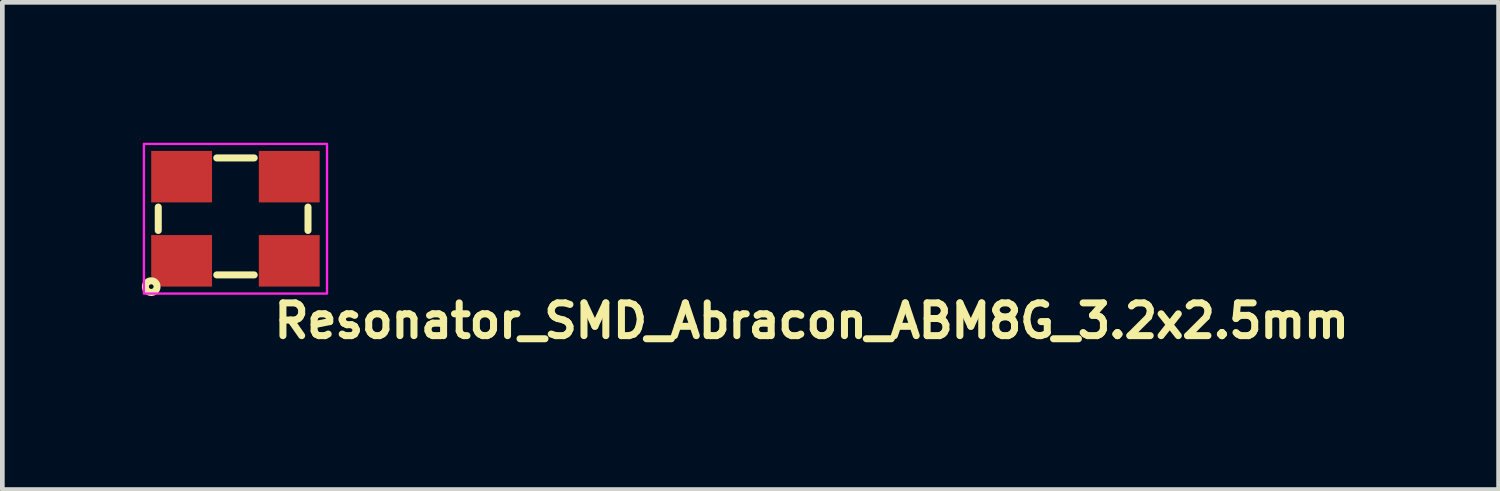
<source format=kicad_pcb>
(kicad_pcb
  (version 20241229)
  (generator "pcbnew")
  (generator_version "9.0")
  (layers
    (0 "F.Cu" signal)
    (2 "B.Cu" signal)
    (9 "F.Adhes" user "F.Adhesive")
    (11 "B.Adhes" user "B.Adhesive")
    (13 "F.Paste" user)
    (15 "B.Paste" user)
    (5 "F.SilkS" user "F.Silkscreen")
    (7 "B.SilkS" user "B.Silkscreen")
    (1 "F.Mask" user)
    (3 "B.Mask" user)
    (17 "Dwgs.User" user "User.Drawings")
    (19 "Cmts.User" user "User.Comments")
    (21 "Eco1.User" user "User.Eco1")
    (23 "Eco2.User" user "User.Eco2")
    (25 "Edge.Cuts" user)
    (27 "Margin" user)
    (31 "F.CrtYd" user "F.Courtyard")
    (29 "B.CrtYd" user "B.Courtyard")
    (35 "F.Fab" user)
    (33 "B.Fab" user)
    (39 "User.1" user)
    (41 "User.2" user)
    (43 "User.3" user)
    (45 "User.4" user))
  (footprint "Resonator_SMD_Abracon_ABM8G_3.2x2.5mm"
    (layer "F.Cu")
    (at 1.932 1.575)
    (property "Reference" "Resonator_SMD_Abracon_ABM8G_3.2x2.5mm" (at 0.799 2.641 180) (layer "F.SilkS") (effects (font (size 0.7 0.7) (thickness 0.15)) (justify left bottom)))
    (attr smd)
    (fp_line (start -1.6 0.3) (end -1.6 -0.2) (stroke (width 0.15) (type solid)) (layer "F.SilkS"))
    (fp_line (start -0.35 -1.25) (end 0.45 -1.25) (stroke (width 0.15) (type solid)) (layer "F.SilkS"))
    (fp_line (start -0.35 1.25) (end 0.45 1.25) (stroke (width 0.15) (type solid)) (layer "F.SilkS"))
    (fp_line (start 1.6 0.3) (end 1.6 -0.2) (stroke (width 0.15) (type solid)) (layer "F.SilkS"))
    (fp_circle (center -1.75 1.5) (end -1.7 1.5) (stroke (width 0.15) (type solid)) (fill no) (layer "F.SilkS"))
    (fp_rect (start -1.907 -1.55) (end 2.006 1.649) (stroke (width 0.05) (type solid)) (fill no) (layer "F.CrtYd"))
    (fp_rect (start -1.607 -1.25) (end 1.606 1.249) (stroke (width 0.1) (type solid)) (fill no) (layer "User.5"))
    (fp_line (start -1.607 -1.071) (end -1.605 -1.081) (stroke (width 0.02) (type solid)) (layer "User.9"))
    (fp_line (start -1.607 -1.061) (end -1.607 -1.071) (stroke (width 0.02) (type solid)) (layer "User.9"))
    (fp_line (start -1.607 -1.051) (end -1.607 -1.061) (stroke (width 0.02) (type solid)) (layer "User.9"))
    (fp_line (start -1.607 -1.051) (end -1.607 -0.951) (stroke (width 0.02) (type solid)) (layer "User.9"))
    (fp_line (start -1.607 -0.951) (end -1.591 -0.951) (stroke (width 0.02) (type solid)) (layer "User.9"))
    (fp_line (start -1.607 0.949) (end -1.607 1.05) (stroke (width 0.02) (type solid)) (layer "User.9"))
    (fp_line (start -1.607 1.05) (end -1.607 1.058) (stroke (width 0.02) (type solid)) (layer "User.9"))
    (fp_line (start -1.607 1.058) (end -1.607 1.068) (stroke (width 0.02) (type solid)) (layer "User.9"))
    (fp_line (start -1.607 1.068) (end -1.605 1.078) (stroke (width 0.02) (type solid)) (layer "User.9"))
    (fp_line (start -1.605 -1.091) (end -1.601 -1.099) (stroke (width 0.02) (type solid)) (layer "User.9"))
    (fp_line (start -1.605 -1.081) (end -1.605 -1.091) (stroke (width 0.02) (type solid)) (layer "User.9"))
    (fp_line (start -1.605 1.078) (end -1.605 1.088) (stroke (width 0.02) (type solid)) (layer "User.9"))
    (fp_line (start -1.605 1.088) (end -1.601 1.098) (stroke (width 0.02) (type solid)) (layer "User.9"))
    (fp_line (start -1.601 -1.099) (end -1.599 -1.109) (stroke (width 0.02) (type solid)) (layer "User.9"))
    (fp_line (start -1.601 1.098) (end -1.599 1.108) (stroke (width 0.02) (type solid)) (layer "User.9"))
    (fp_line (start -1.599 -1.109) (end -1.597 -1.119) (stroke (width 0.02) (type solid)) (layer "User.9"))
    (fp_line (start -1.599 1.108) (end -1.597 1.116) (stroke (width 0.02) (type solid)) (layer "User.9"))
    (fp_line (start -1.597 -1.119) (end -1.593 -1.127) (stroke (width 0.02) (type solid)) (layer "User.9"))
    (fp_line (start -1.597 1.116) (end -1.593 1.126) (stroke (width 0.02) (type solid)) (layer "User.9"))
    (fp_line (start -1.593 -1.127) (end -1.589 -1.137) (stroke (width 0.02) (type solid)) (layer "User.9"))
    (fp_line (start -1.593 1.126) (end -1.589 1.134) (stroke (width 0.02) (type solid)) (layer "User.9"))
    (fp_line (start -1.591 -1.061) (end -1.589 -1.071) (stroke (width 0.02) (type solid)) (layer "User.9"))
    (fp_line (start -1.591 -1.051) (end -1.591 -1.061) (stroke (width 0.02) (type solid)) (layer "User.9"))
    (fp_line (start -1.591 -1.041) (end -1.591 -1.051) (stroke (width 0.02) (type solid)) (layer "User.9"))
    (fp_line (start -1.591 -1.041) (end -1.591 1.04) (stroke (width 0.02) (type solid)) (layer "User.9"))
    (fp_line (start -1.591 0.949) (end -1.607 0.949) (stroke (width 0.02) (type solid)) (layer "User.9"))
    (fp_line (start -1.591 1.048) (end -1.591 1.04) (stroke (width 0.02) (type solid)) (layer "User.9"))
    (fp_line (start -1.591 1.058) (end -1.591 1.048) (stroke (width 0.02) (type solid)) (layer "User.9"))
    (fp_line (start -1.589 -1.137) (end -1.585 -1.145) (stroke (width 0.02) (type solid)) (layer "User.9"))
    (fp_line (start -1.589 -1.071) (end -1.587 -1.081) (stroke (width 0.02) (type solid)) (layer "User.9"))
    (fp_line (start -1.589 1.068) (end -1.591 1.058) (stroke (width 0.02) (type solid)) (layer "User.9"))
    (fp_line (start -1.589 1.134) (end -1.585 1.144) (stroke (width 0.02) (type solid)) (layer "User.9"))
    (fp_line (start -1.587 -1.081) (end -1.585 -1.089) (stroke (width 0.02) (type solid)) (layer "User.9"))
    (fp_line (start -1.587 1.078) (end -1.589 1.068) (stroke (width 0.02) (type solid)) (layer "User.9"))
    (fp_line (start -1.585 -1.145) (end -1.579 -1.154) (stroke (width 0.02) (type solid)) (layer "User.9"))
    (fp_line (start -1.585 -1.089) (end -1.583 -1.099) (stroke (width 0.02) (type solid)) (layer "User.9"))
    (fp_line (start -1.585 1.088) (end -1.587 1.078) (stroke (width 0.02) (type solid)) (layer "User.9"))
    (fp_line (start -1.585 1.144) (end -1.579 1.152) (stroke (width 0.02) (type solid)) (layer "User.9"))
    (fp_line (start -1.583 -1.099) (end -1.579 -1.109) (stroke (width 0.02) (type solid)) (layer "User.9"))
    (fp_line (start -1.583 1.098) (end -1.585 1.088) (stroke (width 0.02) (type solid)) (layer "User.9"))
    (fp_line (start -1.579 -1.154) (end -1.575 -1.162) (stroke (width 0.02) (type solid)) (layer "User.9"))
    (fp_line (start -1.579 -1.109) (end -1.575 -1.117) (stroke (width 0.02) (type solid)) (layer "User.9"))
    (fp_line (start -1.579 1.106) (end -1.583 1.098) (stroke (width 0.02) (type solid)) (layer "User.9"))
    (fp_line (start -1.579 1.152) (end -1.575 1.159) (stroke (width 0.02) (type solid)) (layer "User.9"))
    (fp_line (start -1.575 -1.162) (end -1.569 -1.17) (stroke (width 0.02) (type solid)) (layer "User.9"))
    (fp_line (start -1.575 -1.117) (end -1.571 -1.127) (stroke (width 0.02) (type solid)) (layer "User.9"))
    (fp_line (start -1.575 1.116) (end -1.579 1.106) (stroke (width 0.02) (type solid)) (layer "User.9"))
    (fp_line (start -1.575 1.159) (end -1.569 1.167) (stroke (width 0.02) (type solid)) (layer "User.9"))
    (fp_line (start -1.571 -1.127) (end -1.567 -1.135) (stroke (width 0.02) (type solid)) (layer "User.9"))
    (fp_line (start -1.571 -1.059) (end -1.571 -1.051) (stroke (width 0.02) (type solid)) (layer "User.9"))
    (fp_line (start -1.571 -1.051) (end -1.571 -1.041) (stroke (width 0.02) (type solid)) (layer "User.9"))
    (fp_line (start -1.571 1.04) (end -1.571 1.048) (stroke (width 0.02) (type solid)) (layer "User.9"))
    (fp_line (start -1.571 1.048) (end -1.571 1.058) (stroke (width 0.02) (type solid)) (layer "User.9"))
    (fp_line (start -1.571 1.058) (end -1.569 1.066) (stroke (width 0.02) (type solid)) (layer "User.9"))
    (fp_line (start -1.571 1.124) (end -1.575 1.116) (stroke (width 0.02) (type solid)) (layer "User.9"))
    (fp_line (start -1.569 -1.17) (end -1.563 -1.178) (stroke (width 0.02) (type solid)) (layer "User.9"))
    (fp_line (start -1.569 -1.069) (end -1.571 -1.059) (stroke (width 0.02) (type solid)) (layer "User.9"))
    (fp_line (start -1.569 1.066) (end -1.567 1.074) (stroke (width 0.02) (type solid)) (layer "User.9"))
    (fp_line (start -1.569 1.167) (end -1.563 1.175) (stroke (width 0.02) (type solid)) (layer "User.9"))
    (fp_line (start -1.567 -1.135) (end -1.563 -1.143) (stroke (width 0.02) (type solid)) (layer "User.9"))
    (fp_line (start -1.567 -1.077) (end -1.569 -1.069) (stroke (width 0.02) (type solid)) (layer "User.9"))
    (fp_line (start -1.567 1.074) (end -1.565 1.084) (stroke (width 0.02) (type solid)) (layer "User.9"))
    (fp_line (start -1.567 1.134) (end -1.571 1.124) (stroke (width 0.02) (type solid)) (layer "User.9"))
    (fp_line (start -1.565 -1.085) (end -1.567 -1.077) (stroke (width 0.02) (type solid)) (layer "User.9"))
    (fp_line (start -1.565 1.084) (end -1.563 1.092) (stroke (width 0.02) (type solid)) (layer "User.9"))
    (fp_line (start -1.563 -1.178) (end -1.557 -1.186) (stroke (width 0.02) (type solid)) (layer "User.9"))
    (fp_line (start -1.563 -1.143) (end -1.557 -1.151) (stroke (width 0.02) (type solid)) (layer "User.9"))
    (fp_line (start -1.563 -1.095) (end -1.565 -1.085) (stroke (width 0.02) (type solid)) (layer "User.9"))
    (fp_line (start -1.563 1.092) (end -1.561 1.1) (stroke (width 0.02) (type solid)) (layer "User.9"))
    (fp_line (start -1.563 1.142) (end -1.567 1.134) (stroke (width 0.02) (type solid)) (layer "User.9"))
    (fp_line (start -1.563 1.175) (end -1.557 1.183) (stroke (width 0.02) (type solid)) (layer "User.9"))
    (fp_line (start -1.561 -1.103) (end -1.563 -1.095) (stroke (width 0.02) (type solid)) (layer "User.9"))
    (fp_line (start -1.561 1.1) (end -1.557 1.108) (stroke (width 0.02) (type solid)) (layer "User.9"))
    (fp_line (start -1.557 -1.186) (end -1.549 -1.192) (stroke (width 0.02) (type solid)) (layer "User.9"))
    (fp_line (start -1.557 -1.151) (end -1.551 -1.16) (stroke (width 0.02) (type solid)) (layer "User.9"))
    (fp_line (start -1.557 -1.111) (end -1.561 -1.103) (stroke (width 0.02) (type solid)) (layer "User.9"))
    (fp_line (start -1.557 1.108) (end -1.555 1.116) (stroke (width 0.02) (type solid)) (layer "User.9"))
    (fp_line (start -1.557 1.15) (end -1.563 1.142) (stroke (width 0.02) (type solid)) (layer "User.9"))
    (fp_line (start -1.557 1.183) (end -1.549 1.191) (stroke (width 0.02) (type solid)) (layer "User.9"))
    (fp_line (start -1.555 -1.119) (end -1.557 -1.111) (stroke (width 0.02) (type solid)) (layer "User.9"))
    (fp_line (start -1.555 1.116) (end -1.551 1.124) (stroke (width 0.02) (type solid)) (layer "User.9"))
    (fp_line (start -1.551 -1.16) (end -1.545 -1.168) (stroke (width 0.02) (type solid)) (layer "User.9"))
    (fp_line (start -1.551 -1.125) (end -1.555 -1.119) (stroke (width 0.02) (type solid)) (layer "User.9"))
    (fp_line (start -1.551 1.124) (end -1.545 1.132) (stroke (width 0.02) (type solid)) (layer "User.9"))
    (fp_line (start -1.551 1.157) (end -1.557 1.15) (stroke (width 0.02) (type solid)) (layer "User.9"))
    (fp_line (start -1.549 -1.192) (end -1.549 -1.192) (stroke (width 0.02) (type solid)) (layer "User.9"))
    (fp_line (start -1.549 -1.192) (end -1.543 -1.2) (stroke (width 0.02) (type solid)) (layer "User.9"))
    (fp_line (start -1.549 1.191) (end -1.549 1.191) (stroke (width 0.02) (type solid)) (layer "User.9"))
    (fp_line (start -1.549 1.191) (end -1.543 1.197) (stroke (width 0.02) (type solid)) (layer "User.9"))
    (fp_line (start -1.547 -1.133) (end -1.551 -1.125) (stroke (width 0.02) (type solid)) (layer "User.9"))
    (fp_line (start -1.545 -1.168) (end -1.539 -1.176) (stroke (width 0.02) (type solid)) (layer "User.9"))
    (fp_line (start -1.545 1.132) (end -1.541 1.138) (stroke (width 0.02) (type solid)) (layer "User.9"))
    (fp_line (start -1.545 1.165) (end -1.551 1.157) (stroke (width 0.02) (type solid)) (layer "User.9"))
    (fp_line (start -1.543 -1.2) (end -1.534 -1.206) (stroke (width 0.02) (type solid)) (layer "User.9"))
    (fp_line (start -1.543 1.197) (end -1.534 1.203) (stroke (width 0.02) (type solid)) (layer "User.9"))
    (fp_line (start -1.541 -1.141) (end -1.547 -1.133) (stroke (width 0.02) (type solid)) (layer "User.9"))
    (fp_line (start -1.541 1.138) (end -1.536 1.146) (stroke (width 0.02) (type solid)) (layer "User.9"))
    (fp_line (start -1.539 -1.176) (end -1.532 -1.182) (stroke (width 0.02) (type solid)) (layer "User.9"))
    (fp_line (start -1.539 1.173) (end -1.545 1.165) (stroke (width 0.02) (type solid)) (layer "User.9"))
    (fp_line (start -1.536 -1.147) (end -1.541 -1.141) (stroke (width 0.02) (type solid)) (layer "User.9"))
    (fp_line (start -1.536 1.146) (end -1.53 1.153) (stroke (width 0.02) (type solid)) (layer "User.9"))
    (fp_line (start -1.534 -1.206) (end -1.526 -1.212) (stroke (width 0.02) (type solid)) (layer "User.9"))
    (fp_line (start -1.534 1.203) (end -1.526 1.209) (stroke (width 0.02) (type solid)) (layer "User.9"))
    (fp_line (start -1.532 -1.182) (end -1.532 -1.182) (stroke (width 0.02) (type solid)) (layer "User.9"))
    (fp_line (start -1.532 -1.182) (end -1.526 -1.19) (stroke (width 0.02) (type solid)) (layer "User.9"))
    (fp_line (start -1.532 1.181) (end -1.539 1.173) (stroke (width 0.02) (type solid)) (layer "User.9"))
    (fp_line (start -1.532 1.181) (end -1.532 1.181) (stroke (width 0.02) (type solid)) (layer "User.9"))
    (fp_line (start -1.53 -1.154) (end -1.536 -1.147) (stroke (width 0.02) (type solid)) (layer "User.9"))
    (fp_line (start -1.53 1.153) (end -1.524 1.159) (stroke (width 0.02) (type solid)) (layer "User.9"))
    (fp_line (start -1.526 -1.212) (end -1.518 -1.218) (stroke (width 0.02) (type solid)) (layer "User.9"))
    (fp_line (start -1.526 -1.19) (end -1.518 -1.196) (stroke (width 0.02) (type solid)) (layer "User.9"))
    (fp_line (start -1.526 1.187) (end -1.532 1.181) (stroke (width 0.02) (type solid)) (layer "User.9"))
    (fp_line (start -1.526 1.209) (end -1.518 1.215) (stroke (width 0.02) (type solid)) (layer "User.9"))
    (fp_line (start -1.524 -1.162) (end -1.53 -1.154) (stroke (width 0.02) (type solid)) (layer "User.9"))
    (fp_line (start -1.524 1.159) (end -1.518 1.167) (stroke (width 0.02) (type solid)) (layer "User.9"))
    (fp_line (start -1.52 -0.837) (end -1.518 -0.845) (stroke (width 0.02) (type solid)) (layer "User.9"))
    (fp_line (start -1.52 -0.831) (end -1.52 -0.837) (stroke (width 0.02) (type solid)) (layer "User.9"))
    (fp_line (start -1.52 -0.824) (end -1.52 -0.831) (stroke (width 0.02) (type solid)) (layer "User.9"))
    (fp_line (start -1.52 -0.816) (end -1.52 -0.824) (stroke (width 0.02) (type solid)) (layer "User.9"))
    (fp_line (start -1.52 -0.809) (end -1.52 -0.816) (stroke (width 0.02) (type solid)) (layer "User.9"))
    (fp_line (start -1.52 -0.802) (end -1.52 -0.809) (stroke (width 0.02) (type solid)) (layer "User.9"))
    (fp_line (start -1.52 0.807) (end -1.52 0.8) (stroke (width 0.02) (type solid)) (layer "User.9"))
    (fp_line (start -1.52 0.815) (end -1.52 0.807) (stroke (width 0.02) (type solid)) (layer "User.9"))
    (fp_line (start -1.52 0.822) (end -1.52 0.815) (stroke (width 0.02) (type solid)) (layer "User.9"))
    (fp_line (start -1.52 0.83) (end -1.52 0.822) (stroke (width 0.02) (type solid)) (layer "User.9"))
    (fp_line (start -1.518 -1.218) (end -1.51 -1.222) (stroke (width 0.02) (type solid)) (layer "User.9"))
    (fp_line (start -1.518 -1.196) (end -1.51 -1.202) (stroke (width 0.02) (type solid)) (layer "User.9"))
    (fp_line (start -1.518 -1.168) (end -1.524 -1.162) (stroke (width 0.02) (type solid)) (layer "User.9"))
    (fp_line (start -1.518 -1.168) (end -1.518 -1.168) (stroke (width 0.02) (type solid)) (layer "User.9"))
    (fp_line (start -1.518 -0.845) (end -1.516 -0.852) (stroke (width 0.02) (type solid)) (layer "User.9"))
    (fp_line (start -1.518 0.837) (end -1.52 0.83) (stroke (width 0.02) (type solid)) (layer "User.9"))
    (fp_line (start -1.518 0.844) (end -1.518 0.837) (stroke (width 0.02) (type solid)) (layer "User.9"))
    (fp_line (start -1.518 1.167) (end -1.518 1.167) (stroke (width 0.02) (type solid)) (layer "User.9"))
    (fp_line (start -1.518 1.167) (end -1.512 1.173) (stroke (width 0.02) (type solid)) (layer "User.9"))
    (fp_line (start -1.518 1.193) (end -1.526 1.187) (stroke (width 0.02) (type solid)) (layer "User.9"))
    (fp_line (start -1.518 1.215) (end -1.51 1.221) (stroke (width 0.02) (type solid)) (layer "User.9"))
    (fp_line (start -1.516 -0.859) (end -1.514 -0.867) (stroke (width 0.02) (type solid)) (layer "User.9"))
    (fp_line (start -1.516 -0.852) (end -1.516 -0.859) (stroke (width 0.02) (type solid)) (layer "User.9"))
    (fp_line (start -1.516 0.851) (end -1.518 0.844) (stroke (width 0.02) (type solid)) (layer "User.9"))
    (fp_line (start -1.516 0.859) (end -1.516 0.851) (stroke (width 0.02) (type solid)) (layer "User.9"))
    (fp_line (start -1.514 -0.867) (end -1.512 -0.874) (stroke (width 0.02) (type solid)) (layer "User.9"))
    (fp_line (start -1.514 0.866) (end -1.516 0.859) (stroke (width 0.02) (type solid)) (layer "User.9"))
    (fp_line (start -1.512 -1.174) (end -1.518 -1.168) (stroke (width 0.02) (type solid)) (layer "User.9"))
    (fp_line (start -1.512 -0.874) (end -1.51 -0.881) (stroke (width 0.02) (type solid)) (layer "User.9"))
    (fp_line (start -1.512 0.873) (end -1.514 0.866) (stroke (width 0.02) (type solid)) (layer "User.9"))
    (fp_line (start -1.512 1.173) (end -1.504 1.179) (stroke (width 0.02) (type solid)) (layer "User.9"))
    (fp_line (start -1.51 -1.222) (end -1.502 -1.228) (stroke (width 0.02) (type solid)) (layer "User.9"))
    (fp_line (start -1.51 -1.202) (end -1.502 -1.208) (stroke (width 0.02) (type solid)) (layer "User.9"))
    (fp_line (start -1.51 -0.881) (end -1.508 -0.889) (stroke (width 0.02) (type solid)) (layer "User.9"))
    (fp_line (start -1.51 0.881) (end -1.512 0.873) (stroke (width 0.02) (type solid)) (layer "User.9"))
    (fp_line (start -1.51 1.199) (end -1.518 1.193) (stroke (width 0.02) (type solid)) (layer "User.9"))
    (fp_line (start -1.51 1.221) (end -1.502 1.225) (stroke (width 0.02) (type solid)) (layer "User.9"))
    (fp_line (start -1.508 -0.889) (end -1.506 -0.896) (stroke (width 0.02) (type solid)) (layer "User.9"))
    (fp_line (start -1.508 0.888) (end -1.51 0.881) (stroke (width 0.02) (type solid)) (layer "User.9"))
    (fp_line (start -1.506 -0.896) (end -1.504 -0.905) (stroke (width 0.02) (type solid)) (layer "User.9"))
    (fp_line (start -1.506 0.896) (end -1.508 0.888) (stroke (width 0.02) (type solid)) (layer "User.9"))
    (fp_line (start -1.504 -1.18) (end -1.512 -1.174) (stroke (width 0.02) (type solid)) (layer "User.9"))
    (fp_line (start -1.504 -0.905) (end -1.502 -0.912) (stroke (width 0.02) (type solid)) (layer "User.9"))
    (fp_line (start -1.504 0.903) (end -1.506 0.896) (stroke (width 0.02) (type solid)) (layer "User.9"))
    (fp_line (start -1.504 1.179) (end -1.498 1.185) (stroke (width 0.02) (type solid)) (layer "User.9"))
    (fp_line (start -1.502 -1.228) (end -1.494 -1.232) (stroke (width 0.02) (type solid)) (layer "User.9"))
    (fp_line (start -1.502 -1.208) (end -1.494 -1.212) (stroke (width 0.02) (type solid)) (layer "User.9"))
    (fp_line (start -1.502 -0.912) (end -1.498 -0.919) (stroke (width 0.02) (type solid)) (layer "User.9"))
    (fp_line (start -1.502 0.91) (end -1.504 0.903) (stroke (width 0.02) (type solid)) (layer "User.9"))
    (fp_line (start -1.502 1.205) (end -1.51 1.199) (stroke (width 0.02) (type solid)) (layer "User.9"))
    (fp_line (start -1.502 1.225) (end -1.494 1.229) (stroke (width 0.02) (type solid)) (layer "User.9"))
    (fp_line (start -1.5 -0.831) (end -1.498 -0.845) (stroke (width 0.02) (type solid)) (layer "User.9"))
    (fp_line (start -1.5 -0.816) (end -1.5 -0.831) (stroke (width 0.02) (type solid)) (layer "User.9"))
    (fp_line (start -1.5 -0.802) (end -1.5 -0.816) (stroke (width 0.02) (type solid)) (layer "User.9"))
    (fp_line (start -1.5 -0.802) (end -1.5 0.8) (stroke (width 0.02) (type solid)) (layer "User.9"))
    (fp_line (start -1.5 -0.802) (end -1.5 0.8) (stroke (width 0.02) (type solid)) (layer "User.9"))
    (fp_line (start -1.5 0.814) (end -1.5 0.8) (stroke (width 0.02) (type solid)) (layer "User.9"))
    (fp_line (start -1.5 0.829) (end -1.5 0.814) (stroke (width 0.02) (type solid)) (layer "User.9"))
    (fp_line (start -1.498 -1.186) (end -1.504 -1.18) (stroke (width 0.02) (type solid)) (layer "User.9"))
    (fp_line (start -1.498 -0.919) (end -1.498 -0.919) (stroke (width 0.02) (type solid)) (layer "User.9"))
    (fp_line (start -1.498 -0.919) (end -1.496 -0.927) (stroke (width 0.02) (type solid)) (layer "User.9"))
    (fp_line (start -1.498 -0.845) (end -1.496 -0.859) (stroke (width 0.02) (type solid)) (layer "User.9"))
    (fp_line (start -1.498 0.843) (end -1.5 0.829) (stroke (width 0.02) (type solid)) (layer "User.9"))
    (fp_line (start -1.498 0.917) (end -1.502 0.91) (stroke (width 0.02) (type solid)) (layer "User.9"))
    (fp_line (start -1.498 0.917) (end -1.498 0.917) (stroke (width 0.02) (type solid)) (layer "User.9"))
    (fp_line (start -1.498 1.185) (end -1.49 1.189) (stroke (width 0.02) (type solid)) (layer "User.9"))
    (fp_line (start -1.496 -0.927) (end -1.492 -0.934) (stroke (width 0.02) (type solid)) (layer "User.9"))
    (fp_line (start -1.496 -0.859) (end -1.492 -0.874) (stroke (width 0.02) (type solid)) (layer "User.9"))
    (fp_line (start -1.496 0.857) (end -1.498 0.843) (stroke (width 0.02) (type solid)) (layer "User.9"))
    (fp_line (start -1.496 0.925) (end -1.498 0.917) (stroke (width 0.02) (type solid)) (layer "User.9"))
    (fp_line (start -1.494 -1.232) (end -1.484 -1.236) (stroke (width 0.02) (type solid)) (layer "User.9"))
    (fp_line (start -1.494 -1.212) (end -1.486 -1.218) (stroke (width 0.02) (type solid)) (layer "User.9"))
    (fp_line (start -1.494 1.211) (end -1.502 1.205) (stroke (width 0.02) (type solid)) (layer "User.9"))
    (fp_line (start -1.494 1.229) (end -1.484 1.233) (stroke (width 0.02) (type solid)) (layer "User.9"))
    (fp_line (start -1.492 -0.934) (end -1.488 -0.942) (stroke (width 0.02) (type solid)) (layer "User.9"))
    (fp_line (start -1.492 -0.874) (end -1.488 -0.888) (stroke (width 0.02) (type solid)) (layer "User.9"))
    (fp_line (start -1.492 0.872) (end -1.496 0.857) (stroke (width 0.02) (type solid)) (layer "User.9"))
    (fp_line (start -1.492 0.933) (end -1.496 0.925) (stroke (width 0.02) (type solid)) (layer "User.9"))
    (fp_line (start -1.49 -1.192) (end -1.498 -1.186) (stroke (width 0.02) (type solid)) (layer "User.9"))
    (fp_line (start -1.49 1.189) (end -1.484 1.195) (stroke (width 0.02) (type solid)) (layer "User.9"))
    (fp_line (start -1.488 -0.942) (end -1.484 -0.949) (stroke (width 0.02) (type solid)) (layer "User.9"))
    (fp_line (start -1.488 -0.888) (end -1.484 -0.903) (stroke (width 0.02) (type solid)) (layer "User.9"))
    (fp_line (start -1.488 0.886) (end -1.492 0.872) (stroke (width 0.02) (type solid)) (layer "User.9"))
    (fp_line (start -1.488 0.94) (end -1.492 0.933) (stroke (width 0.02) (type solid)) (layer "User.9"))
    (fp_line (start -1.486 -1.218) (end -1.476 -1.222) (stroke (width 0.02) (type solid)) (layer "User.9"))
    (fp_line (start -1.486 1.215) (end -1.494 1.211) (stroke (width 0.02) (type solid)) (layer "User.9"))
    (fp_line (start -1.484 -1.236) (end -1.476 -1.24) (stroke (width 0.02) (type solid)) (layer "User.9"))
    (fp_line (start -1.484 -1.196) (end -1.49 -1.192) (stroke (width 0.02) (type solid)) (layer "User.9"))
    (fp_line (start -1.484 -0.949) (end -1.48 -0.956) (stroke (width 0.02) (type solid)) (layer "User.9"))
    (fp_line (start -1.484 -0.903) (end -1.478 -0.916) (stroke (width 0.02) (type solid)) (layer "User.9"))
    (fp_line (start -1.484 0.901) (end -1.488 0.886) (stroke (width 0.02) (type solid)) (layer "User.9"))
    (fp_line (start -1.484 0.948) (end -1.488 0.94) (stroke (width 0.02) (type solid)) (layer "User.9"))
    (fp_line (start -1.484 1.195) (end -1.476 1.199) (stroke (width 0.02) (type solid)) (layer "User.9"))
    (fp_line (start -1.484 1.233) (end -1.476 1.237) (stroke (width 0.02) (type solid)) (layer "User.9"))
    (fp_line (start -1.48 -0.956) (end -1.476 -0.962) (stroke (width 0.02) (type solid)) (layer "User.9"))
    (fp_line (start -1.48 0.955) (end -1.484 0.948) (stroke (width 0.02) (type solid)) (layer "User.9"))
    (fp_line (start -1.478 -0.916) (end -1.472 -0.93) (stroke (width 0.02) (type solid)) (layer "User.9"))
    (fp_line (start -1.478 0.914) (end -1.484 0.901) (stroke (width 0.02) (type solid)) (layer "User.9"))
    (fp_line (start -1.476 -1.24) (end -1.466 -1.242) (stroke (width 0.02) (type solid)) (layer "User.9"))
    (fp_line (start -1.476 -1.222) (end -1.468 -1.226) (stroke (width 0.02) (type solid)) (layer "User.9"))
    (fp_line (start -1.476 -1.2) (end -1.484 -1.196) (stroke (width 0.02) (type solid)) (layer "User.9"))
    (fp_line (start -1.476 -0.962) (end -1.472 -0.969) (stroke (width 0.02) (type solid)) (layer "User.9"))
    (fp_line (start -1.476 0.961) (end -1.48 0.955) (stroke (width 0.02) (type solid)) (layer "User.9"))
    (fp_line (start -1.476 1.199) (end -1.468 1.203) (stroke (width 0.02) (type solid)) (layer "User.9"))
    (fp_line (start -1.476 1.219) (end -1.486 1.215) (stroke (width 0.02) (type solid)) (layer "User.9"))
    (fp_line (start -1.476 1.237) (end -1.466 1.241) (stroke (width 0.02) (type solid)) (layer "User.9"))
    (fp_line (start -1.472 -0.969) (end -1.468 -0.976) (stroke (width 0.02) (type solid)) (layer "User.9"))
    (fp_line (start -1.472 -0.93) (end -1.466 -0.943) (stroke (width 0.02) (type solid)) (layer "User.9"))
    (fp_line (start -1.472 0.928) (end -1.478 0.914) (stroke (width 0.02) (type solid)) (layer "User.9"))
    (fp_line (start -1.472 0.968) (end -1.476 0.961) (stroke (width 0.02) (type solid)) (layer "User.9"))
    (fp_line (start -1.468 -1.226) (end -1.458 -1.23) (stroke (width 0.02) (type solid)) (layer "User.9"))
    (fp_line (start -1.468 -1.204) (end -1.476 -1.2) (stroke (width 0.02) (type solid)) (layer "User.9"))
    (fp_line (start -1.468 -0.976) (end -1.464 -0.983) (stroke (width 0.02) (type solid)) (layer "User.9"))
    (fp_line (start -1.468 0.975) (end -1.472 0.968) (stroke (width 0.02) (type solid)) (layer "User.9"))
    (fp_line (start -1.468 1.203) (end -1.46 1.205) (stroke (width 0.02) (type solid)) (layer "User.9"))
    (fp_line (start -1.468 1.223) (end -1.476 1.219) (stroke (width 0.02) (type solid)) (layer "User.9"))
    (fp_line (start -1.466 -1.242) (end -1.456 -1.244) (stroke (width 0.02) (type solid)) (layer "User.9"))
    (fp_line (start -1.466 -0.943) (end -1.458 -0.956) (stroke (width 0.02) (type solid)) (layer "User.9"))
    (fp_line (start -1.466 0.941) (end -1.472 0.928) (stroke (width 0.02) (type solid)) (layer "User.9"))
    (fp_line (start -1.466 1.241) (end -1.456 1.243) (stroke (width 0.02) (type solid)) (layer "User.9"))
    (fp_line (start -1.464 -0.983) (end -1.46 -0.989) (stroke (width 0.02) (type solid)) (layer "User.9"))
    (fp_line (start -1.464 0.982) (end -1.468 0.975) (stroke (width 0.02) (type solid)) (layer "User.9"))
    (fp_line (start -1.46 -1.208) (end -1.468 -1.204) (stroke (width 0.02) (type solid)) (layer "User.9"))
    (fp_line (start -1.46 -0.989) (end -1.454 -0.996) (stroke (width 0.02) (type solid)) (layer "User.9"))
    (fp_line (start -1.46 1.205) (end -1.452 1.209) (stroke (width 0.02) (type solid)) (layer "User.9"))
    (fp_line (start -1.458 -1.23) (end -1.45 -1.232) (stroke (width 0.02) (type solid)) (layer "User.9"))
    (fp_line (start -1.458 -0.956) (end -1.45 -0.967) (stroke (width 0.02) (type solid)) (layer "User.9"))
    (fp_line (start -1.458 0.954) (end -1.466 0.941) (stroke (width 0.02) (type solid)) (layer "User.9"))
    (fp_line (start -1.458 0.988) (end -1.464 0.982) (stroke (width 0.02) (type solid)) (layer "User.9"))
    (fp_line (start -1.458 1.227) (end -1.468 1.223) (stroke (width 0.02) (type solid)) (layer "User.9"))
    (fp_line (start -1.456 -1.244) (end -1.448 -1.248) (stroke (width 0.02) (type solid)) (layer "User.9"))
    (fp_line (start -1.456 1.243) (end -1.448 1.245) (stroke (width 0.02) (type solid)) (layer "User.9"))
    (fp_line (start -1.454 -0.996) (end -1.45 -1.002) (stroke (width 0.02) (type solid)) (layer "User.9"))
    (fp_line (start -1.454 0.995) (end -1.458 0.988) (stroke (width 0.02) (type solid)) (layer "User.9"))
    (fp_line (start -1.452 -1.21) (end -1.46 -1.208) (stroke (width 0.02) (type solid)) (layer "User.9"))
    (fp_line (start -1.452 1.209) (end -1.444 1.211) (stroke (width 0.02) (type solid)) (layer "User.9"))
    (fp_line (start -1.45 -1.232) (end -1.44 -1.234) (stroke (width 0.02) (type solid)) (layer "User.9"))
    (fp_line (start -1.45 -1.002) (end -1.444 -1.01) (stroke (width 0.02) (type solid)) (layer "User.9"))
    (fp_line (start -1.45 -0.967) (end -1.442 -0.979) (stroke (width 0.02) (type solid)) (layer "User.9"))
    (fp_line (start -1.45 0.965) (end -1.458 0.954) (stroke (width 0.02) (type solid)) (layer "User.9"))
    (fp_line (start -1.45 1.231) (end -1.458 1.227) (stroke (width 0.02) (type solid)) (layer "User.9"))
    (fp_line (start -1.448 -1.248) (end -1.438 -1.248) (stroke (width 0.02) (type solid)) (layer "User.9"))
    (fp_line (start -1.448 1.001) (end -1.454 0.995) (stroke (width 0.02) (type solid)) (layer "User.9"))
    (fp_line (start -1.448 1.245) (end -1.438 1.247) (stroke (width 0.02) (type solid)) (layer "User.9"))
    (fp_line (start -1.444 -1.214) (end -1.452 -1.21) (stroke (width 0.02) (type solid)) (layer "User.9"))
    (fp_line (start -1.444 -1.01) (end -1.438 -1.016) (stroke (width 0.02) (type solid)) (layer "User.9"))
    (fp_line (start -1.444 1.007) (end -1.448 1.001) (stroke (width 0.02) (type solid)) (layer "User.9"))
    (fp_line (start -1.444 1.211) (end -1.436 1.213) (stroke (width 0.02) (type solid)) (layer "User.9"))
    (fp_line (start -1.442 -0.979) (end -1.434 -0.991) (stroke (width 0.02) (type solid)) (layer "User.9"))
    (fp_line (start -1.442 0.977) (end -1.45 0.965) (stroke (width 0.02) (type solid)) (layer "User.9"))
    (fp_line (start -1.44 -1.234) (end -1.43 -1.238) (stroke (width 0.02) (type solid)) (layer "User.9"))
    (fp_line (start -1.44 1.233) (end -1.45 1.231) (stroke (width 0.02) (type solid)) (layer "User.9"))
    (fp_line (start -1.438 -1.248) (end -1.428 -1.25) (stroke (width 0.02) (type solid)) (layer "User.9"))
    (fp_line (start -1.438 -1.016) (end -1.434 -1.022) (stroke (width 0.02) (type solid)) (layer "User.9"))
    (fp_line (start -1.438 1.013) (end -1.444 1.007) (stroke (width 0.02) (type solid)) (layer "User.9"))
    (fp_line (start -1.438 1.247) (end -1.428 1.249) (stroke (width 0.02) (type solid)) (layer "User.9"))
    (fp_line (start -1.436 -1.216) (end -1.444 -1.214) (stroke (width 0.02) (type solid)) (layer "User.9"))
    (fp_line (start -1.436 1.213) (end -1.428 1.215) (stroke (width 0.02) (type solid)) (layer "User.9"))
    (fp_line (start -1.434 -1.022) (end -1.428 -1.027) (stroke (width 0.02) (type solid)) (layer "User.9"))
    (fp_line (start -1.434 -0.991) (end -1.424 -1.002) (stroke (width 0.02) (type solid)) (layer "User.9"))
    (fp_line (start -1.434 0.989) (end -1.442 0.977) (stroke (width 0.02) (type solid)) (layer "User.9"))
    (fp_line (start -1.432 1.019) (end -1.438 1.013) (stroke (width 0.02) (type solid)) (layer "User.9"))
    (fp_line (start -1.43 -1.238) (end -1.42 -1.238) (stroke (width 0.02) (type solid)) (layer "User.9"))
    (fp_line (start -1.43 1.235) (end -1.44 1.233) (stroke (width 0.02) (type solid)) (layer "User.9"))
    (fp_line (start -1.428 -1.25) (end -1.418 -1.25) (stroke (width 0.02) (type solid)) (layer "User.9"))
    (fp_line (start -1.428 -1.027) (end -1.428 -1.027) (stroke (width 0.02) (type solid)) (layer "User.9"))
    (fp_line (start -1.428 -1.027) (end -1.422 -1.033) (stroke (width 0.02) (type solid)) (layer "User.9"))
    (fp_line (start -1.428 1.026) (end -1.432 1.019) (stroke (width 0.02) (type solid)) (layer "User.9"))
    (fp_line (start -1.428 1.026) (end -1.428 1.026) (stroke (width 0.02) (type solid)) (layer "User.9"))
    (fp_line (start -1.428 1.215) (end -1.418 1.217) (stroke (width 0.02) (type solid)) (layer "User.9"))
    (fp_line (start -1.428 1.249) (end -1.418 1.249) (stroke (width 0.02) (type solid)) (layer "User.9"))
    (fp_line (start -1.426 -1.218) (end -1.436 -1.216) (stroke (width 0.02) (type solid)) (layer "User.9"))
    (fp_line (start -1.424 -1.002) (end -1.414 -1.014) (stroke (width 0.02) (type solid)) (layer "User.9"))
    (fp_line (start -1.424 1.001) (end -1.434 0.989) (stroke (width 0.02) (type solid)) (layer "User.9"))
    (fp_line (start -1.422 -1.033) (end -1.416 -1.039) (stroke (width 0.02) (type solid)) (layer "User.9"))
    (fp_line (start -1.422 1.032) (end -1.428 1.026) (stroke (width 0.02) (type solid)) (layer "User.9"))
    (fp_line (start -1.42 -1.238) (end -1.41 -1.24) (stroke (width 0.02) (type solid)) (layer "User.9"))
    (fp_line (start -1.42 1.237) (end -1.43 1.235) (stroke (width 0.02) (type solid)) (layer "User.9"))
    (fp_line (start -1.418 -1.25) (end -1.407 -1.25) (stroke (width 0.02) (type solid)) (layer "User.9"))
    (fp_line (start -1.418 -1.22) (end -1.426 -1.218) (stroke (width 0.02) (type solid)) (layer "User.9"))
    (fp_line (start -1.418 1.217) (end -1.41 1.219) (stroke (width 0.02) (type solid)) (layer "User.9"))
    (fp_line (start -1.418 1.249) (end -1.407 1.249) (stroke (width 0.02) (type solid)) (layer "User.9"))
    (fp_line (start -1.416 -1.039) (end -1.41 -1.043) (stroke (width 0.02) (type solid)) (layer "User.9"))
    (fp_line (start -1.416 1.036) (end -1.422 1.032) (stroke (width 0.02) (type solid)) (layer "User.9"))
    (fp_line (start -1.414 -1.014) (end -1.414 -1.014) (stroke (width 0.02) (type solid)) (layer "User.9"))
    (fp_line (start -1.414 -1.014) (end -1.403 -1.024) (stroke (width 0.02) (type solid)) (layer "User.9"))
    (fp_line (start -1.414 1.011) (end -1.424 1.001) (stroke (width 0.02) (type solid)) (layer "User.9"))
    (fp_line (start -1.414 1.011) (end -1.414 1.011) (stroke (width 0.02) (type solid)) (layer "User.9"))
    (fp_line (start -1.41 -1.24) (end -1.401 -1.24) (stroke (width 0.02) (type solid)) (layer "User.9"))
    (fp_line (start -1.41 -1.22) (end -1.418 -1.22) (stroke (width 0.02) (type solid)) (layer "User.9"))
    (fp_line (start -1.41 -1.043) (end -1.403 -1.049) (stroke (width 0.02) (type solid)) (layer "User.9"))
    (fp_line (start -1.41 1.042) (end -1.416 1.036) (stroke (width 0.02) (type solid)) (layer "User.9"))
    (fp_line (start -1.41 1.219) (end -1.401 1.219) (stroke (width 0.02) (type solid)) (layer "User.9"))
    (fp_line (start -1.41 1.239) (end -1.42 1.237) (stroke (width 0.02) (type solid)) (layer "User.9"))
    (fp_line (start -1.407 1.249) (end -1.307 1.249) (stroke (width 0.02) (type solid)) (layer "User.9"))
    (fp_line (start -1.403 -1.049) (end -1.397 -1.055) (stroke (width 0.02) (type solid)) (layer "User.9"))
    (fp_line (start -1.403 -1.024) (end -1.391 -1.033) (stroke (width 0.02) (type solid)) (layer "User.9"))
    (fp_line (start -1.403 1.021) (end -1.414 1.011) (stroke (width 0.02) (type solid)) (layer "User.9"))
    (fp_line (start -1.403 1.048) (end -1.41 1.042) (stroke (width 0.02) (type solid)) (layer "User.9"))
    (fp_line (start -1.401 -1.24) (end -1.391 -1.24) (stroke (width 0.02) (type solid)) (layer "User.9"))
    (fp_line (start -1.401 -1.22) (end -1.41 -1.22) (stroke (width 0.02) (type solid)) (layer "User.9"))
    (fp_line (start -1.401 1.219) (end -1.391 1.219) (stroke (width 0.02) (type solid)) (layer "User.9"))
    (fp_line (start -1.401 1.239) (end -1.41 1.239) (stroke (width 0.02) (type solid)) (layer "User.9"))
    (fp_line (start -1.397 -1.055) (end -1.391 -1.059) (stroke (width 0.02) (type solid)) (layer "User.9"))
    (fp_line (start -1.397 1.052) (end -1.403 1.048) (stroke (width 0.02) (type solid)) (layer "User.9"))
    (fp_line (start -1.391 -1.22) (end -1.401 -1.22) (stroke (width 0.02) (type solid)) (layer "User.9"))
    (fp_line (start -1.391 -1.059) (end -1.385 -1.063) (stroke (width 0.02) (type solid)) (layer "User.9"))
    (fp_line (start -1.391 -1.033) (end -1.379 -1.043) (stroke (width 0.02) (type solid)) (layer "User.9"))
    (fp_line (start -1.391 1.032) (end -1.403 1.021) (stroke (width 0.02) (type solid)) (layer "User.9"))
    (fp_line (start -1.391 1.239) (end -1.401 1.239) (stroke (width 0.02) (type solid)) (layer "User.9"))
    (fp_line (start -1.391 1.239) (end 1.388 1.239) (stroke (width 0.02) (type solid)) (layer "User.9"))
    (fp_line (start -1.389 1.058) (end -1.397 1.052) (stroke (width 0.02) (type solid)) (layer "User.9"))
    (fp_line (start -1.385 -1.063) (end -1.377 -1.069) (stroke (width 0.02) (type solid)) (layer "User.9"))
    (fp_line (start -1.383 1.062) (end -1.389 1.058) (stroke (width 0.02) (type solid)) (layer "User.9"))
    (fp_line (start -1.379 -1.043) (end -1.367 -1.051) (stroke (width 0.02) (type solid)) (layer "User.9"))
    (fp_line (start -1.379 1.04) (end -1.391 1.032) (stroke (width 0.02) (type solid)) (layer "User.9"))
    (fp_line (start -1.377 -1.069) (end -1.371 -1.073) (stroke (width 0.02) (type solid)) (layer "User.9"))
    (fp_line (start -1.377 1.066) (end -1.383 1.062) (stroke (width 0.02) (type solid)) (layer "User.9"))
    (fp_line (start -1.371 -1.073) (end -1.363 -1.077) (stroke (width 0.02) (type solid)) (layer "User.9"))
    (fp_line (start -1.369 1.07) (end -1.377 1.066) (stroke (width 0.02) (type solid)) (layer "User.9"))
    (fp_line (start -1.367 -1.051) (end -1.355 -1.059) (stroke (width 0.02) (type solid)) (layer "User.9"))
    (fp_line (start -1.367 1.048) (end -1.379 1.04) (stroke (width 0.02) (type solid)) (layer "User.9"))
    (fp_line (start -1.363 -1.077) (end -1.357 -1.081) (stroke (width 0.02) (type solid)) (layer "User.9"))
    (fp_line (start -1.363 1.074) (end -1.369 1.07) (stroke (width 0.02) (type solid)) (layer "User.9"))
    (fp_line (start -1.357 -1.081) (end -1.349 -1.085) (stroke (width 0.02) (type solid)) (layer "User.9"))
    (fp_line (start -1.355 -1.059) (end -1.343 -1.065) (stroke (width 0.02) (type solid)) (layer "User.9"))
    (fp_line (start -1.355 1.056) (end -1.367 1.048) (stroke (width 0.02) (type solid)) (layer "User.9"))
    (fp_line (start -1.355 1.078) (end -1.363 1.074) (stroke (width 0.02) (type solid)) (layer "User.9"))
    (fp_line (start -1.349 -1.085) (end -1.341 -1.089) (stroke (width 0.02) (type solid)) (layer "User.9"))
    (fp_line (start -1.349 1.082) (end -1.355 1.078) (stroke (width 0.02) (type solid)) (layer "User.9"))
    (fp_line (start -1.343 -1.065) (end -1.329 -1.073) (stroke (width 0.02) (type solid)) (layer "User.9"))
    (fp_line (start -1.343 1.064) (end -1.355 1.056) (stroke (width 0.02) (type solid)) (layer "User.9"))
    (fp_line (start -1.341 -1.089) (end -1.335 -1.091) (stroke (width 0.02) (type solid)) (layer "User.9"))
    (fp_line (start -1.341 1.086) (end -1.349 1.082) (stroke (width 0.02) (type solid)) (layer "User.9"))
    (fp_line (start -1.335 -1.091) (end -1.327 -1.095) (stroke (width 0.02) (type solid)) (layer "User.9"))
    (fp_line (start -1.333 1.09) (end -1.341 1.086) (stroke (width 0.02) (type solid)) (layer "User.9"))
    (fp_line (start -1.329 -1.073) (end -1.315 -1.079) (stroke (width 0.02) (type solid)) (layer "User.9"))
    (fp_line (start -1.329 1.07) (end -1.343 1.064) (stroke (width 0.02) (type solid)) (layer "User.9"))
    (fp_line (start -1.327 -1.095) (end -1.319 -1.099) (stroke (width 0.02) (type solid)) (layer "User.9"))
    (fp_line (start -1.327 1.094) (end -1.333 1.09) (stroke (width 0.02) (type solid)) (layer "User.9"))
    (fp_line (start -1.319 -1.099) (end -1.319 -1.099) (stroke (width 0.02) (type solid)) (layer "User.9"))
    (fp_line (start -1.319 -1.099) (end -1.311 -1.101) (stroke (width 0.02) (type solid)) (layer "User.9"))
    (fp_line (start -1.319 1.096) (end -1.327 1.094) (stroke (width 0.02) (type solid)) (layer "User.9"))
    (fp_line (start -1.319 1.096) (end -1.319 1.096) (stroke (width 0.02) (type solid)) (layer "User.9"))
    (fp_line (start -1.315 -1.079) (end -1.303 -1.083) (stroke (width 0.02) (type solid)) (layer "User.9"))
    (fp_line (start -1.315 1.076) (end -1.329 1.07) (stroke (width 0.02) (type solid)) (layer "User.9"))
    (fp_line (start -1.313 1.239) (end -1.311 1.239) (stroke (width 0.02) (type solid)) (layer "User.9"))
    (fp_line (start -1.311 -1.101) (end -1.305 -1.103) (stroke (width 0.02) (type solid)) (layer "User.9"))
    (fp_line (start -1.311 1.1) (end -1.319 1.096) (stroke (width 0.02) (type solid)) (layer "User.9"))
    (fp_line (start -1.311 1.239) (end -1.307 1.239) (stroke (width 0.02) (type solid)) (layer "User.9"))
    (fp_line (start -1.307 -1.25) (end -1.407 -1.25) (stroke (width 0.02) (type solid)) (layer "User.9"))
    (fp_line (start -1.307 -1.24) (end -1.307 -1.25) (stroke (width 0.02) (type solid)) (layer "User.9"))
    (fp_line (start -1.307 1.249) (end -1.307 1.239) (stroke (width 0.02) (type solid)) (layer "User.9"))
    (fp_line (start -1.305 -1.103) (end -1.297 -1.107) (stroke (width 0.02) (type solid)) (layer "User.9"))
    (fp_line (start -1.305 1.102) (end -1.311 1.1) (stroke (width 0.02) (type solid)) (layer "User.9"))
    (fp_line (start -1.303 -1.083) (end -1.289 -1.089) (stroke (width 0.02) (type solid)) (layer "User.9"))
    (fp_line (start -1.303 1.082) (end -1.315 1.076) (stroke (width 0.02) (type solid)) (layer "User.9"))
    (fp_line (start -1.297 -1.107) (end -1.291 -1.109) (stroke (width 0.02) (type solid)) (layer "User.9"))
    (fp_line (start -1.297 1.104) (end -1.305 1.102) (stroke (width 0.02) (type solid)) (layer "User.9"))
    (fp_line (start -1.291 -1.109) (end -1.283 -1.111) (stroke (width 0.02) (type solid)) (layer "User.9"))
    (fp_line (start -1.289 -1.089) (end -1.274 -1.091) (stroke (width 0.02) (type solid)) (layer "User.9"))
    (fp_line (start -1.289 1.086) (end -1.303 1.082) (stroke (width 0.02) (type solid)) (layer "User.9"))
    (fp_line (start -1.289 1.106) (end -1.297 1.104) (stroke (width 0.02) (type solid)) (layer "User.9"))
    (fp_line (start -1.283 -1.111) (end -1.276 -1.113) (stroke (width 0.02) (type solid)) (layer "User.9"))
    (fp_line (start -1.281 1.108) (end -1.289 1.106) (stroke (width 0.02) (type solid)) (layer "User.9"))
    (fp_line (start -1.276 -1.113) (end -1.268 -1.113) (stroke (width 0.02) (type solid)) (layer "User.9"))
    (fp_line (start -1.274 -1.091) (end -1.26 -1.095) (stroke (width 0.02) (type solid)) (layer "User.9"))
    (fp_line (start -1.274 1.09) (end -1.289 1.086) (stroke (width 0.02) (type solid)) (layer "User.9"))
    (fp_line (start -1.274 1.11) (end -1.281 1.108) (stroke (width 0.02) (type solid)) (layer "User.9"))
    (fp_line (start -1.268 -1.113) (end -1.262 -1.115) (stroke (width 0.02) (type solid)) (layer "User.9"))
    (fp_line (start -1.268 1.112) (end -1.274 1.11) (stroke (width 0.02) (type solid)) (layer "User.9"))
    (fp_line (start -1.262 -1.115) (end -1.254 -1.117) (stroke (width 0.02) (type solid)) (layer "User.9"))
    (fp_line (start -1.26 -1.095) (end -1.246 -1.097) (stroke (width 0.02) (type solid)) (layer "User.9"))
    (fp_line (start -1.26 1.094) (end -1.274 1.09) (stroke (width 0.02) (type solid)) (layer "User.9"))
    (fp_line (start -1.26 1.114) (end -1.268 1.112) (stroke (width 0.02) (type solid)) (layer "User.9"))
    (fp_line (start -1.254 -1.117) (end -1.246 -1.117) (stroke (width 0.02) (type solid)) (layer "User.9"))
    (fp_line (start -1.252 1.114) (end -1.26 1.114) (stroke (width 0.02) (type solid)) (layer "User.9"))
    (fp_line (start -1.246 -1.117) (end -1.24 -1.119) (stroke (width 0.02) (type solid)) (layer "User.9"))
    (fp_line (start -1.246 -1.097) (end -1.23 -1.099) (stroke (width 0.02) (type solid)) (layer "User.9"))
    (fp_line (start -1.246 1.096) (end -1.26 1.094) (stroke (width 0.02) (type solid)) (layer "User.9"))
    (fp_line (start -1.246 1.116) (end -1.252 1.114) (stroke (width 0.02) (type solid)) (layer "User.9"))
    (fp_line (start -1.24 -1.119) (end -1.232 -1.119) (stroke (width 0.02) (type solid)) (layer "User.9"))
    (fp_line (start -1.238 1.118) (end -1.246 1.116) (stroke (width 0.02) (type solid)) (layer "User.9"))
    (fp_line (start -1.232 -1.119) (end -1.224 -1.121) (stroke (width 0.02) (type solid)) (layer "User.9"))
    (fp_line (start -1.23 -1.099) (end -1.216 -1.101) (stroke (width 0.02) (type solid)) (layer "User.9"))
    (fp_line (start -1.23 1.098) (end -1.246 1.096) (stroke (width 0.02) (type solid)) (layer "User.9"))
    (fp_line (start -1.23 1.118) (end -1.238 1.118) (stroke (width 0.02) (type solid)) (layer "User.9"))
    (fp_line (start -1.224 -1.121) (end -1.216 -1.121) (stroke (width 0.02) (type solid)) (layer "User.9"))
    (fp_line (start -1.224 1.118) (end -1.23 1.118) (stroke (width 0.02) (type solid)) (layer "User.9"))
    (fp_line (start -1.216 -1.121) (end -1.208 -1.121) (stroke (width 0.02) (type solid)) (layer "User.9"))
    (fp_line (start -1.216 -1.101) (end -1.2 -1.101) (stroke (width 0.02) (type solid)) (layer "User.9"))
    (fp_line (start -1.216 1.098) (end -1.23 1.098) (stroke (width 0.02) (type solid)) (layer "User.9"))
    (fp_line (start -1.216 1.118) (end -1.224 1.118) (stroke (width 0.02) (type solid)) (layer "User.9"))
    (fp_line (start -1.208 -1.121) (end -1.2 -1.121) (stroke (width 0.02) (type solid)) (layer "User.9"))
    (fp_line (start -1.208 1.118) (end -1.216 1.118) (stroke (width 0.02) (type solid)) (layer "User.9"))
    (fp_line (start -1.2 1.1) (end -1.216 1.098) (stroke (width 0.02) (type solid)) (layer "User.9"))
    (fp_line (start -1.2 1.1) (end 1.199 1.1) (stroke (width 0.02) (type solid)) (layer "User.9"))
    (fp_line (start -1.2 1.12) (end -1.208 1.118) (stroke (width 0.02) (type solid)) (layer "User.9"))
    (fp_line (start 1.199 -1.121) (end 1.207 -1.121) (stroke (width 0.02) (type solid)) (layer "User.9"))
    (fp_line (start 1.199 -1.101) (end -1.2 -1.101) (stroke (width 0.02) (type solid)) (layer "User.9"))
    (fp_line (start 1.199 -1.101) (end 1.213 -1.101) (stroke (width 0.02) (type solid)) (layer "User.9"))
    (fp_line (start 1.205 -1.081) (end 1.199 -1.081) (stroke (width 0.02) (type solid)) (layer "User.9"))
    (fp_line (start 1.207 -1.121) (end 1.213 -1.121) (stroke (width 0.02) (type solid)) (layer "User.9"))
    (fp_line (start 1.207 1.118) (end 1.199 1.12) (stroke (width 0.02) (type solid)) (layer "User.9"))
    (fp_line (start 1.213 -1.121) (end 1.221 -1.121) (stroke (width 0.02) (type solid)) (layer "User.9"))
    (fp_line (start 1.213 -1.101) (end 1.229 -1.099) (stroke (width 0.02) (type solid)) (layer "User.9"))
    (fp_line (start 1.213 -1.081) (end 1.205 -1.081) (stroke (width 0.02) (type solid)) (layer "User.9"))
    (fp_line (start 1.213 1.098) (end 1.199 1.1) (stroke (width 0.02) (type solid)) (layer "User.9"))
    (fp_line (start 1.215 1.118) (end 1.207 1.118) (stroke (width 0.02) (type solid)) (layer "User.9"))
    (fp_line (start 1.219 -1.081) (end 1.213 -1.081) (stroke (width 0.02) (type solid)) (layer "User.9"))
    (fp_line (start 1.221 -1.121) (end 1.229 -1.119) (stroke (width 0.02) (type solid)) (layer "User.9"))
    (fp_line (start 1.221 1.118) (end 1.215 1.118) (stroke (width 0.02) (type solid)) (layer "User.9"))
    (fp_line (start 1.225 -1.079) (end 1.219 -1.081) (stroke (width 0.02) (type solid)) (layer "User.9"))
    (fp_line (start 1.229 -1.119) (end 1.235 -1.119) (stroke (width 0.02) (type solid)) (layer "User.9"))
    (fp_line (start 1.229 -1.099) (end 1.243 -1.097) (stroke (width 0.02) (type solid)) (layer "User.9"))
    (fp_line (start 1.229 1.098) (end 1.213 1.098) (stroke (width 0.02) (type solid)) (layer "User.9"))
    (fp_line (start 1.229 1.118) (end 1.221 1.118) (stroke (width 0.02) (type solid)) (layer "User.9"))
    (fp_line (start 1.233 -1.079) (end 1.225 -1.079) (stroke (width 0.02) (type solid)) (layer "User.9"))
    (fp_line (start 1.235 -1.119) (end 1.243 -1.119) (stroke (width 0.02) (type solid)) (layer "User.9"))
    (fp_line (start 1.237 1.116) (end 1.229 1.118) (stroke (width 0.02) (type solid)) (layer "User.9"))
    (fp_line (start 1.239 -1.079) (end 1.233 -1.079) (stroke (width 0.02) (type solid)) (layer "User.9"))
    (fp_line (start 1.243 -1.119) (end 1.251 -1.117) (stroke (width 0.02) (type solid)) (layer "User.9"))
    (fp_line (start 1.243 -1.097) (end 1.257 -1.095) (stroke (width 0.02) (type solid)) (layer "User.9"))
    (fp_line (start 1.243 1.096) (end 1.229 1.098) (stroke (width 0.02) (type solid)) (layer "User.9"))
    (fp_line (start 1.245 -1.077) (end 1.239 -1.079) (stroke (width 0.02) (type solid)) (layer "User.9"))
    (fp_line (start 1.245 1.116) (end 1.237 1.116) (stroke (width 0.02) (type solid)) (layer "User.9"))
    (fp_line (start 1.251 -1.117) (end 1.257 -1.115) (stroke (width 0.02) (type solid)) (layer "User.9"))
    (fp_line (start 1.251 -1.077) (end 1.245 -1.077) (stroke (width 0.02) (type solid)) (layer "User.9"))
    (fp_line (start 1.251 1.114) (end 1.245 1.116) (stroke (width 0.02) (type solid)) (layer "User.9"))
    (fp_line (start 1.257 -1.115) (end 1.265 -1.115) (stroke (width 0.02) (type solid)) (layer "User.9"))
    (fp_line (start 1.257 -1.095) (end 1.273 -1.091) (stroke (width 0.02) (type solid)) (layer "User.9"))
    (fp_line (start 1.257 1.094) (end 1.243 1.096) (stroke (width 0.02) (type solid)) (layer "User.9"))
    (fp_line (start 1.259 -1.075) (end 1.251 -1.077) (stroke (width 0.02) (type solid)) (layer "User.9"))
    (fp_line (start 1.259 1.114) (end 1.251 1.114) (stroke (width 0.02) (type solid)) (layer "User.9"))
    (fp_line (start 1.265 -1.115) (end 1.273 -1.113) (stroke (width 0.02) (type solid)) (layer "User.9"))
    (fp_line (start 1.265 -1.073) (end 1.259 -1.075) (stroke (width 0.02) (type solid)) (layer "User.9"))
    (fp_line (start 1.267 1.112) (end 1.259 1.114) (stroke (width 0.02) (type solid)) (layer "User.9"))
    (fp_line (start 1.271 -1.071) (end 1.265 -1.073) (stroke (width 0.02) (type solid)) (layer "User.9"))
    (fp_line (start 1.273 -1.113) (end 1.28 -1.111) (stroke (width 0.02) (type solid)) (layer "User.9"))
    (fp_line (start 1.273 -1.091) (end 1.286 -1.089) (stroke (width 0.02) (type solid)) (layer "User.9"))
    (fp_line (start 1.273 1.09) (end 1.257 1.094) (stroke (width 0.02) (type solid)) (layer "User.9"))
    (fp_line (start 1.273 1.11) (end 1.267 1.112) (stroke (width 0.02) (type solid)) (layer "User.9"))
    (fp_line (start 1.277 -1.069) (end 1.271 -1.071) (stroke (width 0.02) (type solid)) (layer "User.9"))
    (fp_line (start 1.28 -1.111) (end 1.288 -1.109) (stroke (width 0.02) (type solid)) (layer "User.9"))
    (fp_line (start 1.282 1.108) (end 1.273 1.11) (stroke (width 0.02) (type solid)) (layer "User.9"))
    (fp_line (start 1.284 -1.069) (end 1.277 -1.069) (stroke (width 0.02) (type solid)) (layer "User.9"))
    (fp_line (start 1.286 -1.089) (end 1.3 -1.083) (stroke (width 0.02) (type solid)) (layer "User.9"))
    (fp_line (start 1.286 1.086) (end 1.273 1.09) (stroke (width 0.02) (type solid)) (layer "User.9"))
    (fp_line (start 1.288 -1.109) (end 1.294 -1.107) (stroke (width 0.02) (type solid)) (layer "User.9"))
    (fp_line (start 1.288 1.106) (end 1.282 1.108) (stroke (width 0.02) (type solid)) (layer "User.9"))
    (fp_line (start 1.29 -1.065) (end 1.284 -1.069) (stroke (width 0.02) (type solid)) (layer "User.9"))
    (fp_line (start 1.294 -1.107) (end 1.302 -1.103) (stroke (width 0.02) (type solid)) (layer "User.9"))
    (fp_line (start 1.296 -1.063) (end 1.29 -1.065) (stroke (width 0.02) (type solid)) (layer "User.9"))
    (fp_line (start 1.296 1.104) (end 1.288 1.106) (stroke (width 0.02) (type solid)) (layer "User.9"))
    (fp_line (start 1.3 -1.083) (end 1.314 -1.079) (stroke (width 0.02) (type solid)) (layer "User.9"))
    (fp_line (start 1.3 1.082) (end 1.286 1.086) (stroke (width 0.02) (type solid)) (layer "User.9"))
    (fp_line (start 1.302 -1.103) (end 1.31 -1.101) (stroke (width 0.02) (type solid)) (layer "User.9"))
    (fp_line (start 1.302 -1.061) (end 1.296 -1.063) (stroke (width 0.02) (type solid)) (layer "User.9"))
    (fp_line (start 1.302 -1.061) (end 1.302 -1.061) (stroke (width 0.02) (type solid)) (layer "User.9"))
    (fp_line (start 1.302 1.102) (end 1.296 1.104) (stroke (width 0.02) (type solid)) (layer "User.9"))
    (fp_line (start 1.306 -1.25) (end 1.306 -1.24) (stroke (width 0.02) (type solid)) (layer "User.9"))
    (fp_line (start 1.306 1.239) (end 1.306 1.249) (stroke (width 0.02) (type solid)) (layer "User.9"))
    (fp_line (start 1.306 1.249) (end 1.406 1.249) (stroke (width 0.02) (type solid)) (layer "User.9"))
    (fp_line (start 1.308 -1.059) (end 1.302 -1.061) (stroke (width 0.02) (type solid)) (layer "User.9"))
    (fp_line (start 1.31 -1.101) (end 1.316 -1.099) (stroke (width 0.02) (type solid)) (layer "User.9"))
    (fp_line (start 1.31 1.1) (end 1.302 1.102) (stroke (width 0.02) (type solid)) (layer "User.9"))
    (fp_line (start 1.314 -1.079) (end 1.328 -1.073) (stroke (width 0.02) (type solid)) (layer "User.9"))
    (fp_line (start 1.314 1.076) (end 1.3 1.082) (stroke (width 0.02) (type solid)) (layer "User.9"))
    (fp_line (start 1.316 -1.099) (end 1.316 -1.099) (stroke (width 0.02) (type solid)) (layer "User.9"))
    (fp_line (start 1.316 -1.099) (end 1.324 -1.095) (stroke (width 0.02) (type solid)) (layer "User.9"))
    (fp_line (start 1.316 -1.055) (end 1.308 -1.059) (stroke (width 0.02) (type solid)) (layer "User.9"))
    (fp_line (start 1.316 1.096) (end 1.31 1.1) (stroke (width 0.02) (type solid)) (layer "User.9"))
    (fp_line (start 1.316 1.096) (end 1.316 1.096) (stroke (width 0.02) (type solid)) (layer "User.9"))
    (fp_line (start 1.322 -1.053) (end 1.316 -1.055) (stroke (width 0.02) (type solid)) (layer "User.9"))
    (fp_line (start 1.324 -1.095) (end 1.332 -1.093) (stroke (width 0.02) (type solid)) (layer "User.9"))
    (fp_line (start 1.324 1.094) (end 1.316 1.096) (stroke (width 0.02) (type solid)) (layer "User.9"))
    (fp_line (start 1.328 -1.073) (end 1.34 -1.065) (stroke (width 0.02) (type solid)) (layer "User.9"))
    (fp_line (start 1.328 -1.049) (end 1.322 -1.053) (stroke (width 0.02) (type solid)) (layer "User.9"))
    (fp_line (start 1.328 1.07) (end 1.314 1.076) (stroke (width 0.02) (type solid)) (layer "User.9"))
    (fp_line (start 1.332 -1.093) (end 1.34 -1.089) (stroke (width 0.02) (type solid)) (layer "User.9"))
    (fp_line (start 1.332 1.09) (end 1.324 1.094) (stroke (width 0.02) (type solid)) (layer "User.9"))
    (fp_line (start 1.334 -1.045) (end 1.328 -1.049) (stroke (width 0.02) (type solid)) (layer "User.9"))
    (fp_line (start 1.34 -1.089) (end 1.346 -1.085) (stroke (width 0.02) (type solid)) (layer "User.9"))
    (fp_line (start 1.34 -1.065) (end 1.354 -1.059) (stroke (width 0.02) (type solid)) (layer "User.9"))
    (fp_line (start 1.34 -1.043) (end 1.334 -1.045) (stroke (width 0.02) (type solid)) (layer "User.9"))
    (fp_line (start 1.34 1.064) (end 1.328 1.07) (stroke (width 0.02) (type solid)) (layer "User.9"))
    (fp_line (start 1.34 1.086) (end 1.332 1.09) (stroke (width 0.02) (type solid)) (layer "User.9"))
    (fp_line (start 1.346 -1.085) (end 1.354 -1.081) (stroke (width 0.02) (type solid)) (layer "User.9"))
    (fp_line (start 1.346 -1.039) (end 1.34 -1.043) (stroke (width 0.02) (type solid)) (layer "User.9"))
    (fp_line (start 1.348 1.082) (end 1.34 1.086) (stroke (width 0.02) (type solid)) (layer "User.9"))
    (fp_line (start 1.354 -1.081) (end 1.36 -1.077) (stroke (width 0.02) (type solid)) (layer "User.9"))
    (fp_line (start 1.354 -1.059) (end 1.366 -1.051) (stroke (width 0.02) (type solid)) (layer "User.9"))
    (fp_line (start 1.354 -1.035) (end 1.346 -1.039) (stroke (width 0.02) (type solid)) (layer "User.9"))
    (fp_line (start 1.354 1.056) (end 1.34 1.064) (stroke (width 0.02) (type solid)) (layer "User.9"))
    (fp_line (start 1.354 1.078) (end 1.348 1.082) (stroke (width 0.02) (type solid)) (layer "User.9"))
    (fp_line (start 1.36 -1.077) (end 1.368 -1.073) (stroke (width 0.02) (type solid)) (layer "User.9"))
    (fp_line (start 1.36 -1.031) (end 1.354 -1.035) (stroke (width 0.02) (type solid)) (layer "User.9"))
    (fp_line (start 1.362 1.074) (end 1.354 1.078) (stroke (width 0.02) (type solid)) (layer "User.9"))
    (fp_line (start 1.364 -1.027) (end 1.36 -1.031) (stroke (width 0.02) (type solid)) (layer "User.9"))
    (fp_line (start 1.366 -1.051) (end 1.378 -1.043) (stroke (width 0.02) (type solid)) (layer "User.9"))
    (fp_line (start 1.366 1.048) (end 1.354 1.056) (stroke (width 0.02) (type solid)) (layer "User.9"))
    (fp_line (start 1.368 -1.073) (end 1.374 -1.069) (stroke (width 0.02) (type solid)) (layer "User.9"))
    (fp_line (start 1.368 1.07) (end 1.362 1.074) (stroke (width 0.02) (type solid)) (layer "User.9"))
    (fp_line (start 1.37 -1.022) (end 1.364 -1.027) (stroke (width 0.02) (type solid)) (layer "User.9"))
    (fp_line (start 1.374 -1.069) (end 1.382 -1.063) (stroke (width 0.02) (type solid)) (layer "User.9"))
    (fp_line (start 1.376 -1.018) (end 1.37 -1.022) (stroke (width 0.02) (type solid)) (layer "User.9"))
    (fp_line (start 1.376 1.066) (end 1.368 1.07) (stroke (width 0.02) (type solid)) (layer "User.9"))
    (fp_line (start 1.378 -1.043) (end 1.39 -1.033) (stroke (width 0.02) (type solid)) (layer "User.9"))
    (fp_line (start 1.378 1.04) (end 1.366 1.048) (stroke (width 0.02) (type solid)) (layer "User.9"))
    (fp_line (start 1.382 -1.063) (end 1.388 -1.059) (stroke (width 0.02) (type solid)) (layer "User.9"))
    (fp_line (start 1.382 -1.014) (end 1.376 -1.018) (stroke (width 0.02) (type solid)) (layer "User.9"))
    (fp_line (start 1.382 1.062) (end 1.376 1.066) (stroke (width 0.02) (type solid)) (layer "User.9"))
    (fp_line (start 1.386 -1.008) (end 1.382 -1.014) (stroke (width 0.02) (type solid)) (layer "User.9"))
    (fp_line (start 1.388 -1.24) (end -1.391 -1.24) (stroke (width 0.02) (type solid)) (layer "User.9"))
    (fp_line (start 1.388 -1.24) (end 1.398 -1.24) (stroke (width 0.02) (type solid)) (layer "User.9"))
    (fp_line (start 1.388 -1.059) (end 1.394 -1.055) (stroke (width 0.02) (type solid)) (layer "User.9"))
    (fp_line (start 1.388 1.056) (end 1.382 1.062) (stroke (width 0.02) (type solid)) (layer "User.9"))
    (fp_line (start 1.39 -1.033) (end 1.4 -1.024) (stroke (width 0.02) (type solid)) (layer "User.9"))
    (fp_line (start 1.39 1.032) (end 1.378 1.04) (stroke (width 0.02) (type solid)) (layer "User.9"))
    (fp_line (start 1.392 -1.004) (end 1.386 -1.008) (stroke (width 0.02) (type solid)) (layer "User.9"))
    (fp_line (start 1.394 -1.055) (end 1.4 -1.049) (stroke (width 0.02) (type solid)) (layer "User.9"))
    (fp_line (start 1.396 -0.998) (end 1.392 -1.004) (stroke (width 0.02) (type solid)) (layer "User.9"))
    (fp_line (start 1.396 -0.998) (end 1.396 -0.998) (stroke (width 0.02) (type solid)) (layer "User.9"))
    (fp_line (start 1.396 1.052) (end 1.388 1.056) (stroke (width 0.02) (type solid)) (layer "User.9"))
    (fp_line (start 1.398 -1.24) (end 1.409 -1.24) (stroke (width 0.02) (type solid)) (layer "User.9"))
    (fp_line (start 1.398 -1.22) (end 1.388 -1.22) (stroke (width 0.02) (type solid)) (layer "User.9"))
    (fp_line (start 1.398 1.239) (end 1.388 1.239) (stroke (width 0.02) (type solid)) (layer "User.9"))
    (fp_line (start 1.4 -1.049) (end 1.407 -1.043) (stroke (width 0.02) (type solid)) (layer "User.9"))
    (fp_line (start 1.4 -1.024) (end 1.411 -1.014) (stroke (width 0.02) (type solid)) (layer "User.9"))
    (fp_line (start 1.4 1.021) (end 1.39 1.032) (stroke (width 0.02) (type solid)) (layer "User.9"))
    (fp_line (start 1.402 1.048) (end 1.396 1.052) (stroke (width 0.02) (type solid)) (layer "User.9"))
    (fp_line (start 1.406 -1.25) (end 1.306 -1.25) (stroke (width 0.02) (type solid)) (layer "User.9"))
    (fp_line (start 1.406 -1.25) (end 1.415 -1.25) (stroke (width 0.02) (type solid)) (layer "User.9"))
    (fp_line (start 1.406 -0.988) (end 1.396 -0.998) (stroke (width 0.02) (type solid)) (layer "User.9"))
    (fp_line (start 1.407 -1.22) (end 1.398 -1.22) (stroke (width 0.02) (type solid)) (layer "User.9"))
    (fp_line (start 1.407 -1.043) (end 1.413 -1.039) (stroke (width 0.02) (type solid)) (layer "User.9"))
    (fp_line (start 1.407 1.042) (end 1.402 1.048) (stroke (width 0.02) (type solid)) (layer "User.9"))
    (fp_line (start 1.409 -1.24) (end 1.419 -1.238) (stroke (width 0.02) (type solid)) (layer "User.9"))
    (fp_line (start 1.409 1.239) (end 1.398 1.239) (stroke (width 0.02) (type solid)) (layer "User.9"))
    (fp_line (start 1.411 -1.014) (end 1.411 -1.014) (stroke (width 0.02) (type solid)) (layer "User.9"))
    (fp_line (start 1.411 -1.014) (end 1.421 -1.002) (stroke (width 0.02) (type solid)) (layer "User.9"))
    (fp_line (start 1.411 1.011) (end 1.4 1.021) (stroke (width 0.02) (type solid)) (layer "User.9"))
    (fp_line (start 1.411 1.011) (end 1.411 1.011) (stroke (width 0.02) (type solid)) (layer "User.9"))
    (fp_line (start 1.413 -1.039) (end 1.419 -1.033) (stroke (width 0.02) (type solid)) (layer "User.9"))
    (fp_line (start 1.413 1.036) (end 1.407 1.042) (stroke (width 0.02) (type solid)) (layer "User.9"))
    (fp_line (start 1.415 -1.25) (end 1.425 -1.25) (stroke (width 0.02) (type solid)) (layer "User.9"))
    (fp_line (start 1.415 -0.978) (end 1.406 -0.988) (stroke (width 0.02) (type solid)) (layer "User.9"))
    (fp_line (start 1.415 1.249) (end 1.406 1.249) (stroke (width 0.02) (type solid)) (layer "User.9"))
    (fp_line (start 1.417 -1.22) (end 1.407 -1.22) (stroke (width 0.02) (type solid)) (layer "User.9"))
    (fp_line (start 1.419 -1.238) (end 1.429 -1.238) (stroke (width 0.02) (type solid)) (layer "User.9"))
    (fp_line (start 1.419 -1.033) (end 1.425 -1.027) (stroke (width 0.02) (type solid)) (layer "User.9"))
    (fp_line (start 1.419 1.03) (end 1.413 1.036) (stroke (width 0.02) (type solid)) (layer "User.9"))
    (fp_line (start 1.419 1.237) (end 1.409 1.239) (stroke (width 0.02) (type solid)) (layer "User.9"))
    (fp_line (start 1.421 -1.002) (end 1.431 -0.991) (stroke (width 0.02) (type solid)) (layer "User.9"))
    (fp_line (start 1.421 1.001) (end 1.411 1.011) (stroke (width 0.02) (type solid)) (layer "User.9"))
    (fp_line (start 1.425 -1.25) (end 1.435 -1.248) (stroke (width 0.02) (type solid)) (layer "User.9"))
    (fp_line (start 1.425 -1.218) (end 1.417 -1.22) (stroke (width 0.02) (type solid)) (layer "User.9"))
    (fp_line (start 1.425 -1.027) (end 1.425 -1.027) (stroke (width 0.02) (type solid)) (layer "User.9"))
    (fp_line (start 1.425 -1.027) (end 1.431 -1.022) (stroke (width 0.02) (type solid)) (layer "User.9"))
    (fp_line (start 1.425 -0.967) (end 1.415 -0.978) (stroke (width 0.02) (type solid)) (layer "User.9"))
    (fp_line (start 1.425 1.026) (end 1.419 1.03) (stroke (width 0.02) (type solid)) (layer "User.9"))
    (fp_line (start 1.425 1.026) (end 1.425 1.026) (stroke (width 0.02) (type solid)) (layer "User.9"))
    (fp_line (start 1.425 1.249) (end 1.415 1.249) (stroke (width 0.02) (type solid)) (layer "User.9"))
    (fp_line (start 1.429 -1.238) (end 1.437 -1.234) (stroke (width 0.02) (type solid)) (layer "User.9"))
    (fp_line (start 1.429 1.235) (end 1.419 1.237) (stroke (width 0.02) (type solid)) (layer "User.9"))
    (fp_line (start 1.431 -1.022) (end 1.437 -1.016) (stroke (width 0.02) (type solid)) (layer "User.9"))
    (fp_line (start 1.431 -0.991) (end 1.441 -0.979) (stroke (width 0.02) (type solid)) (layer "User.9"))
    (fp_line (start 1.431 0.989) (end 1.421 1.001) (stroke (width 0.02) (type solid)) (layer "User.9"))
    (fp_line (start 1.431 1.019) (end 1.425 1.026) (stroke (width 0.02) (type solid)) (layer "User.9"))
    (fp_line (start 1.433 -1.216) (end 1.425 -1.218) (stroke (width 0.02) (type solid)) (layer "User.9"))
    (fp_line (start 1.433 -0.956) (end 1.425 -0.967) (stroke (width 0.02) (type solid)) (layer "User.9"))
    (fp_line (start 1.435 -1.248) (end 1.445 -1.248) (stroke (width 0.02) (type solid)) (layer "User.9"))
    (fp_line (start 1.435 1.247) (end 1.425 1.249) (stroke (width 0.02) (type solid)) (layer "User.9"))
    (fp_line (start 1.437 -1.234) (end 1.447 -1.232) (stroke (width 0.02) (type solid)) (layer "User.9"))
    (fp_line (start 1.437 -1.016) (end 1.441 -1.01) (stroke (width 0.02) (type solid)) (layer "User.9"))
    (fp_line (start 1.437 1.013) (end 1.431 1.019) (stroke (width 0.02) (type solid)) (layer "User.9"))
    (fp_line (start 1.437 1.233) (end 1.429 1.235) (stroke (width 0.02) (type solid)) (layer "User.9"))
    (fp_line (start 1.439 -0.945) (end 1.433 -0.956) (stroke (width 0.02) (type solid)) (layer "User.9"))
    (fp_line (start 1.441 -1.01) (end 1.447 -1.004) (stroke (width 0.02) (type solid)) (layer "User.9"))
    (fp_line (start 1.441 -0.979) (end 1.449 -0.967) (stroke (width 0.02) (type solid)) (layer "User.9"))
    (fp_line (start 1.441 0.977) (end 1.431 0.989) (stroke (width 0.02) (type solid)) (layer "User.9"))
    (fp_line (start 1.441 1.007) (end 1.437 1.013) (stroke (width 0.02) (type solid)) (layer "User.9"))
    (fp_line (start 1.443 -1.214) (end 1.433 -1.216) (stroke (width 0.02) (type solid)) (layer "User.9"))
    (fp_line (start 1.445 -1.248) (end 1.455 -1.244) (stroke (width 0.02) (type solid)) (layer "User.9"))
    (fp_line (start 1.445 1.245) (end 1.435 1.247) (stroke (width 0.02) (type solid)) (layer "User.9"))
    (fp_line (start 1.447 -1.232) (end 1.457 -1.23) (stroke (width 0.02) (type solid)) (layer "User.9"))
    (fp_line (start 1.447 -1.004) (end 1.453 -0.997) (stroke (width 0.02) (type solid)) (layer "User.9"))
    (fp_line (start 1.447 -0.933) (end 1.439 -0.945) (stroke (width 0.02) (type solid)) (layer "User.9"))
    (fp_line (start 1.447 1.001) (end 1.441 1.007) (stroke (width 0.02) (type solid)) (layer "User.9"))
    (fp_line (start 1.447 1.231) (end 1.437 1.233) (stroke (width 0.02) (type solid)) (layer "User.9"))
    (fp_line (start 1.449 -0.967) (end 1.457 -0.956) (stroke (width 0.02) (type solid)) (layer "User.9"))
    (fp_line (start 1.449 0.965) (end 1.441 0.977) (stroke (width 0.02) (type solid)) (layer "User.9"))
    (fp_line (start 1.451 -1.21) (end 1.443 -1.214) (stroke (width 0.02) (type solid)) (layer "User.9"))
    (fp_line (start 1.453 -0.997) (end 1.457 -0.99) (stroke (width 0.02) (type solid)) (layer "User.9"))
    (fp_line (start 1.453 -0.921) (end 1.447 -0.933) (stroke (width 0.02) (type solid)) (layer "User.9"))
    (fp_line (start 1.453 0.994) (end 1.447 1.001) (stroke (width 0.02) (type solid)) (layer "User.9"))
    (fp_line (start 1.455 -1.244) (end 1.465 -1.242) (stroke (width 0.02) (type solid)) (layer "User.9"))
    (fp_line (start 1.455 1.243) (end 1.445 1.245) (stroke (width 0.02) (type solid)) (layer "User.9"))
    (fp_line (start 1.457 -1.23) (end 1.465 -1.226) (stroke (width 0.02) (type solid)) (layer "User.9"))
    (fp_line (start 1.457 -0.99) (end 1.461 -0.984) (stroke (width 0.02) (type solid)) (layer "User.9"))
    (fp_line (start 1.457 -0.956) (end 1.463 -0.943) (stroke (width 0.02) (type solid)) (layer "User.9"))
    (fp_line (start 1.457 -0.909) (end 1.453 -0.921) (stroke (width 0.02) (type solid)) (layer "User.9"))
    (fp_line (start 1.457 0.954) (end 1.449 0.965) (stroke (width 0.02) (type solid)) (layer "User.9"))
    (fp_line (start 1.457 0.987) (end 1.453 0.994) (stroke (width 0.02) (type solid)) (layer "User.9"))
    (fp_line (start 1.457 1.227) (end 1.447 1.231) (stroke (width 0.02) (type solid)) (layer "User.9"))
    (fp_line (start 1.459 -1.208) (end 1.451 -1.21) (stroke (width 0.02) (type solid)) (layer "User.9"))
    (fp_line (start 1.461 -0.984) (end 1.467 -0.977) (stroke (width 0.02) (type solid)) (layer "User.9"))
    (fp_line (start 1.461 0.981) (end 1.457 0.987) (stroke (width 0.02) (type solid)) (layer "User.9"))
    (fp_line (start 1.463 -0.943) (end 1.471 -0.93) (stroke (width 0.02) (type solid)) (layer "User.9"))
    (fp_line (start 1.463 -0.896) (end 1.457 -0.909) (stroke (width 0.02) (type solid)) (layer "User.9"))
    (fp_line (start 1.463 0.941) (end 1.457 0.954) (stroke (width 0.02) (type solid)) (layer "User.9"))
    (fp_line (start 1.465 -1.242) (end 1.473 -1.24) (stroke (width 0.02) (type solid)) (layer "User.9"))
    (fp_line (start 1.465 -1.226) (end 1.475 -1.222) (stroke (width 0.02) (type solid)) (layer "User.9"))
    (fp_line (start 1.465 1.223) (end 1.457 1.227) (stroke (width 0.02) (type solid)) (layer "User.9"))
    (fp_line (start 1.465 1.241) (end 1.455 1.243) (stroke (width 0.02) (type solid)) (layer "User.9"))
    (fp_line (start 1.467 -1.204) (end 1.459 -1.208) (stroke (width 0.02) (type solid)) (layer "User.9"))
    (fp_line (start 1.467 -0.977) (end 1.471 -0.97) (stroke (width 0.02) (type solid)) (layer "User.9"))
    (fp_line (start 1.467 -0.883) (end 1.463 -0.896) (stroke (width 0.02) (type solid)) (layer "User.9"))
    (fp_line (start 1.467 0.974) (end 1.461 0.981) (stroke (width 0.02) (type solid)) (layer "User.9"))
    (fp_line (start 1.471 -0.97) (end 1.475 -0.963) (stroke (width 0.02) (type solid)) (layer "User.9"))
    (fp_line (start 1.471 -0.93) (end 1.477 -0.916) (stroke (width 0.02) (type solid)) (layer "User.9"))
    (fp_line (start 1.471 -0.87) (end 1.467 -0.883) (stroke (width 0.02) (type solid)) (layer "User.9"))
    (fp_line (start 1.471 0.928) (end 1.463 0.941) (stroke (width 0.02) (type solid)) (layer "User.9"))
    (fp_line (start 1.471 0.967) (end 1.467 0.974) (stroke (width 0.02) (type solid)) (layer "User.9"))
    (fp_line (start 1.473 -1.24) (end 1.483 -1.236) (stroke (width 0.02) (type solid)) (layer "User.9"))
    (fp_line (start 1.473 -1.2) (end 1.467 -1.204) (stroke (width 0.02) (type solid)) (layer "User.9"))
    (fp_line (start 1.473 -0.856) (end 1.471 -0.87) (stroke (width 0.02) (type solid)) (layer "User.9"))
    (fp_line (start 1.473 1.237) (end 1.465 1.241) (stroke (width 0.02) (type solid)) (layer "User.9"))
    (fp_line (start 1.475 -1.222) (end 1.483 -1.218) (stroke (width 0.02) (type solid)) (layer "User.9"))
    (fp_line (start 1.475 -0.963) (end 1.479 -0.957) (stroke (width 0.02) (type solid)) (layer "User.9"))
    (fp_line (start 1.475 -0.843) (end 1.473 -0.856) (stroke (width 0.02) (type solid)) (layer "User.9"))
    (fp_line (start 1.475 0.96) (end 1.471 0.967) (stroke (width 0.02) (type solid)) (layer "User.9"))
    (fp_line (start 1.475 1.219) (end 1.465 1.223) (stroke (width 0.02) (type solid)) (layer "User.9"))
    (fp_line (start 1.477 -0.916) (end 1.481 -0.903) (stroke (width 0.02) (type solid)) (layer "User.9"))
    (fp_line (start 1.477 -0.83) (end 1.475 -0.843) (stroke (width 0.02) (type solid)) (layer "User.9"))
    (fp_line (start 1.477 0.914) (end 1.471 0.928) (stroke (width 0.02) (type solid)) (layer "User.9"))
    (fp_line (start 1.479 -0.957) (end 1.483 -0.95) (stroke (width 0.02) (type solid)) (layer "User.9"))
    (fp_line (start 1.479 -0.816) (end 1.477 -0.83) (stroke (width 0.02) (type solid)) (layer "User.9"))
    (fp_line (start 1.479 -0.802) (end 1.479 -0.816) (stroke (width 0.02) (type solid)) (layer "User.9"))
    (fp_line (start 1.479 0.954) (end 1.475 0.96) (stroke (width 0.02) (type solid)) (layer "User.9"))
    (fp_line (start 1.481 -1.196) (end 1.473 -1.2) (stroke (width 0.02) (type solid)) (layer "User.9"))
    (fp_line (start 1.481 -0.903) (end 1.487 -0.888) (stroke (width 0.02) (type solid)) (layer "User.9"))
    (fp_line (start 1.481 0.901) (end 1.477 0.914) (stroke (width 0.02) (type solid)) (layer "User.9"))
    (fp_line (start 1.483 -1.236) (end 1.491 -1.232) (stroke (width 0.02) (type solid)) (layer "User.9"))
    (fp_line (start 1.483 -1.218) (end 1.491 -1.212) (stroke (width 0.02) (type solid)) (layer "User.9"))
    (fp_line (start 1.483 -0.95) (end 1.487 -0.942) (stroke (width 0.02) (type solid)) (layer "User.9"))
    (fp_line (start 1.483 0.947) (end 1.479 0.954) (stroke (width 0.02) (type solid)) (layer "User.9"))
    (fp_line (start 1.483 1.215) (end 1.475 1.219) (stroke (width 0.02) (type solid)) (layer "User.9"))
    (fp_line (start 1.483 1.233) (end 1.473 1.237) (stroke (width 0.02) (type solid)) (layer "User.9"))
    (fp_line (start 1.487 -0.942) (end 1.489 -0.935) (stroke (width 0.02) (type solid)) (layer "User.9"))
    (fp_line (start 1.487 -0.888) (end 1.489 -0.874) (stroke (width 0.02) (type solid)) (layer "User.9"))
    (fp_line (start 1.487 0.886) (end 1.481 0.901) (stroke (width 0.02) (type solid)) (layer "User.9"))
    (fp_line (start 1.487 0.94) (end 1.483 0.947) (stroke (width 0.02) (type solid)) (layer "User.9"))
    (fp_line (start 1.489 -1.192) (end 1.481 -1.196) (stroke (width 0.02) (type solid)) (layer "User.9"))
    (fp_line (start 1.489 -0.935) (end 1.493 -0.927) (stroke (width 0.02) (type solid)) (layer "User.9"))
    (fp_line (start 1.489 -0.874) (end 1.493 -0.859) (stroke (width 0.02) (type solid)) (layer "User.9"))
    (fp_line (start 1.489 0.872) (end 1.487 0.886) (stroke (width 0.02) (type solid)) (layer "User.9"))
    (fp_line (start 1.491 -1.232) (end 1.501 -1.228) (stroke (width 0.02) (type solid)) (layer "User.9"))
    (fp_line (start 1.491 -1.212) (end 1.499 -1.208) (stroke (width 0.02) (type solid)) (layer "User.9"))
    (fp_line (start 1.491 0.932) (end 1.487 0.94) (stroke (width 0.02) (type solid)) (layer "User.9"))
    (fp_line (start 1.491 1.211) (end 1.483 1.215) (stroke (width 0.02) (type solid)) (layer "User.9"))
    (fp_line (start 1.491 1.229) (end 1.483 1.233) (stroke (width 0.02) (type solid)) (layer "User.9"))
    (fp_line (start 1.493 -0.927) (end 1.497 -0.919) (stroke (width 0.02) (type solid)) (layer "User.9"))
    (fp_line (start 1.493 -0.859) (end 1.495 -0.845) (stroke (width 0.02) (type solid)) (layer "User.9"))
    (fp_line (start 1.493 0.857) (end 1.489 0.872) (stroke (width 0.02) (type solid)) (layer "User.9"))
    (fp_line (start 1.493 0.925) (end 1.491 0.932) (stroke (width 0.02) (type solid)) (layer "User.9"))
    (fp_line (start 1.495 -1.186) (end 1.489 -1.192) (stroke (width 0.02) (type solid)) (layer "User.9"))
    (fp_line (start 1.495 -0.845) (end 1.497 -0.831) (stroke (width 0.02) (type solid)) (layer "User.9"))
    (fp_line (start 1.495 0.843) (end 1.493 0.857) (stroke (width 0.02) (type solid)) (layer "User.9"))
    (fp_line (start 1.497 -0.919) (end 1.497 -0.919) (stroke (width 0.02) (type solid)) (layer "User.9"))
    (fp_line (start 1.497 -0.919) (end 1.499 -0.912) (stroke (width 0.02) (type solid)) (layer "User.9"))
    (fp_line (start 1.497 -0.831) (end 1.499 -0.816) (stroke (width 0.02) (type solid)) (layer "User.9"))
    (fp_line (start 1.497 0.829) (end 1.495 0.843) (stroke (width 0.02) (type solid)) (layer "User.9"))
    (fp_line (start 1.497 0.917) (end 1.493 0.925) (stroke (width 0.02) (type solid)) (layer "User.9"))
    (fp_line (start 1.497 0.917) (end 1.497 0.917) (stroke (width 0.02) (type solid)) (layer "User.9"))
    (fp_line (start 1.499 -1.208) (end 1.507 -1.202) (stroke (width 0.02) (type solid)) (layer "User.9"))
    (fp_line (start 1.499 -0.912) (end 1.501 -0.905) (stroke (width 0.02) (type solid)) (layer "User.9"))
    (fp_line (start 1.499 -0.816) (end 1.499 -0.802) (stroke (width 0.02) (type solid)) (layer "User.9"))
    (fp_line (start 1.499 0.8) (end 1.499 -0.802) (stroke (width 0.02) (type solid)) (layer "User.9"))
    (fp_line (start 1.499 0.8) (end 1.499 -0.802) (stroke (width 0.02) (type solid)) (layer "User.9"))
    (fp_line (start 1.499 0.8) (end 1.499 0.814) (stroke (width 0.02) (type solid)) (layer "User.9"))
    (fp_line (start 1.499 0.814) (end 1.497 0.829) (stroke (width 0.02) (type solid)) (layer "User.9"))
    (fp_line (start 1.499 0.91) (end 1.497 0.917) (stroke (width 0.02) (type solid)) (layer "User.9"))
    (fp_line (start 1.499 1.205) (end 1.491 1.211) (stroke (width 0.02) (type solid)) (layer "User.9"))
    (fp_line (start 1.501 -1.228) (end 1.509 -1.222) (stroke (width 0.02) (type solid)) (layer "User.9"))
    (fp_line (start 1.501 -0.905) (end 1.505 -0.898) (stroke (width 0.02) (type solid)) (layer "User.9"))
    (fp_line (start 1.501 0.903) (end 1.499 0.91) (stroke (width 0.02) (type solid)) (layer "User.9"))
    (fp_line (start 1.501 1.225) (end 1.491 1.229) (stroke (width 0.02) (type solid)) (layer "User.9"))
    (fp_line (start 1.503 -1.18) (end 1.495 -1.186) (stroke (width 0.02) (type solid)) (layer "User.9"))
    (fp_line (start 1.505 -0.898) (end 1.507 -0.89) (stroke (width 0.02) (type solid)) (layer "User.9"))
    (fp_line (start 1.505 0.894) (end 1.501 0.903) (stroke (width 0.02) (type solid)) (layer "User.9"))
    (fp_line (start 1.507 -1.202) (end 1.515 -1.196) (stroke (width 0.02) (type solid)) (layer "User.9"))
    (fp_line (start 1.507 -0.89) (end 1.509 -0.883) (stroke (width 0.02) (type solid)) (layer "User.9"))
    (fp_line (start 1.507 0.887) (end 1.505 0.894) (stroke (width 0.02) (type solid)) (layer "User.9"))
    (fp_line (start 1.507 1.199) (end 1.499 1.205) (stroke (width 0.02) (type solid)) (layer "User.9"))
    (fp_line (start 1.509 -1.222) (end 1.517 -1.218) (stroke (width 0.02) (type solid)) (layer "User.9"))
    (fp_line (start 1.509 -1.174) (end 1.503 -1.18) (stroke (width 0.02) (type solid)) (layer "User.9"))
    (fp_line (start 1.509 -0.883) (end 1.511 -0.875) (stroke (width 0.02) (type solid)) (layer "User.9"))
    (fp_line (start 1.509 0.879) (end 1.507 0.887) (stroke (width 0.02) (type solid)) (layer "User.9"))
    (fp_line (start 1.509 1.221) (end 1.501 1.225) (stroke (width 0.02) (type solid)) (layer "User.9"))
    (fp_line (start 1.511 -0.875) (end 1.511 -0.868) (stroke (width 0.02) (type solid)) (layer "User.9"))
    (fp_line (start 1.511 -0.868) (end 1.513 -0.861) (stroke (width 0.02) (type solid)) (layer "User.9"))
    (fp_line (start 1.511 0.872) (end 1.509 0.879) (stroke (width 0.02) (type solid)) (layer "User.9"))
    (fp_line (start 1.513 -0.861) (end 1.515 -0.853) (stroke (width 0.02) (type solid)) (layer "User.9"))
    (fp_line (start 1.513 0.857) (end 1.513 0.865) (stroke (width 0.02) (type solid)) (layer "User.9"))
    (fp_line (start 1.513 0.865) (end 1.511 0.872) (stroke (width 0.02) (type solid)) (layer "User.9"))
    (fp_line (start 1.515 -1.196) (end 1.523 -1.19) (stroke (width 0.02) (type solid)) (layer "User.9"))
    (fp_line (start 1.515 -0.853) (end 1.515 -0.846) (stroke (width 0.02) (type solid)) (layer "User.9"))
    (fp_line (start 1.515 -0.846) (end 1.517 -0.839) (stroke (width 0.02) (type solid)) (layer "User.9"))
    (fp_line (start 1.515 0.85) (end 1.513 0.857) (stroke (width 0.02) (type solid)) (layer "User.9"))
    (fp_line (start 1.515 1.193) (end 1.507 1.199) (stroke (width 0.02) (type solid)) (layer "User.9"))
    (fp_line (start 1.517 -1.218) (end 1.525 -1.212) (stroke (width 0.02) (type solid)) (layer "User.9"))
    (fp_line (start 1.517 -1.168) (end 1.509 -1.174) (stroke (width 0.02) (type solid)) (layer "User.9"))
    (fp_line (start 1.517 -1.168) (end 1.517 -1.168) (stroke (width 0.02) (type solid)) (layer "User.9"))
    (fp_line (start 1.517 -0.839) (end 1.517 -0.832) (stroke (width 0.02) (type solid)) (layer "User.9"))
    (fp_line (start 1.517 -0.832) (end 1.519 -0.824) (stroke (width 0.02) (type solid)) (layer "User.9"))
    (fp_line (start 1.517 0.829) (end 1.517 0.835) (stroke (width 0.02) (type solid)) (layer "User.9"))
    (fp_line (start 1.517 0.835) (end 1.517 0.843) (stroke (width 0.02) (type solid)) (layer "User.9"))
    (fp_line (start 1.517 0.843) (end 1.515 0.85) (stroke (width 0.02) (type solid)) (layer "User.9"))
    (fp_line (start 1.517 1.215) (end 1.509 1.221) (stroke (width 0.02) (type solid)) (layer "User.9"))
    (fp_line (start 1.519 -0.824) (end 1.519 -0.817) (stroke (width 0.02) (type solid)) (layer "User.9"))
    (fp_line (start 1.519 -0.817) (end 1.519 -0.809) (stroke (width 0.02) (type solid)) (layer "User.9"))
    (fp_line (start 1.519 -0.809) (end 1.519 -0.802) (stroke (width 0.02) (type solid)) (layer "User.9"))
    (fp_line (start 1.519 0.8) (end 1.519 0.807) (stroke (width 0.02) (type solid)) (layer "User.9"))
    (fp_line (start 1.519 0.807) (end 1.519 0.814) (stroke (width 0.02) (type solid)) (layer "User.9"))
    (fp_line (start 1.519 0.814) (end 1.519 0.822) (stroke (width 0.02) (type solid)) (layer "User.9"))
    (fp_line (start 1.519 0.822) (end 1.517 0.829) (stroke (width 0.02) (type solid)) (layer "User.9"))
    (fp_line (start 1.523 -1.19) (end 1.531 -1.182) (stroke (width 0.02) (type solid)) (layer "User.9"))
    (fp_line (start 1.523 -1.162) (end 1.517 -1.168) (stroke (width 0.02) (type solid)) (layer "User.9"))
    (fp_line (start 1.523 1.187) (end 1.515 1.193) (stroke (width 0.02) (type solid)) (layer "User.9"))
    (fp_line (start 1.525 -1.212) (end 1.533 -1.206) (stroke (width 0.02) (type solid)) (layer "User.9"))
    (fp_line (start 1.525 1.209) (end 1.517 1.215) (stroke (width 0.02) (type solid)) (layer "User.9"))
    (fp_line (start 1.529 -1.154) (end 1.523 -1.162) (stroke (width 0.02) (type solid)) (layer "User.9"))
    (fp_line (start 1.531 -1.182) (end 1.531 -1.182) (stroke (width 0.02) (type solid)) (layer "User.9"))
    (fp_line (start 1.531 -1.182) (end 1.538 -1.176) (stroke (width 0.02) (type solid)) (layer "User.9"))
    (fp_line (start 1.531 1.181) (end 1.523 1.187) (stroke (width 0.02) (type solid)) (layer "User.9"))
    (fp_line (start 1.531 1.181) (end 1.531 1.181) (stroke (width 0.02) (type solid)) (layer "User.9"))
    (fp_line (start 1.533 -1.206) (end 1.54 -1.2) (stroke (width 0.02) (type solid)) (layer "User.9"))
    (fp_line (start 1.533 1.203) (end 1.525 1.209) (stroke (width 0.02) (type solid)) (layer "User.9"))
    (fp_line (start 1.535 -1.147) (end 1.529 -1.154) (stroke (width 0.02) (type solid)) (layer "User.9"))
    (fp_line (start 1.538 -1.176) (end 1.544 -1.168) (stroke (width 0.02) (type solid)) (layer "User.9"))
    (fp_line (start 1.538 1.173) (end 1.531 1.181) (stroke (width 0.02) (type solid)) (layer "User.9"))
    (fp_line (start 1.54 -1.2) (end 1.548 -1.192) (stroke (width 0.02) (type solid)) (layer "User.9"))
    (fp_line (start 1.54 -1.141) (end 1.535 -1.147) (stroke (width 0.02) (type solid)) (layer "User.9"))
    (fp_line (start 1.54 1.197) (end 1.533 1.203) (stroke (width 0.02) (type solid)) (layer "User.9"))
    (fp_line (start 1.544 -1.168) (end 1.55 -1.16) (stroke (width 0.02) (type solid)) (layer "User.9"))
    (fp_line (start 1.544 -1.133) (end 1.54 -1.141) (stroke (width 0.02) (type solid)) (layer "User.9"))
    (fp_line (start 1.544 1.165) (end 1.538 1.173) (stroke (width 0.02) (type solid)) (layer "User.9"))
    (fp_line (start 1.548 -1.192) (end 1.548 -1.192) (stroke (width 0.02) (type solid)) (layer "User.9"))
    (fp_line (start 1.548 -1.192) (end 1.554 -1.186) (stroke (width 0.02) (type solid)) (layer "User.9"))
    (fp_line (start 1.548 -1.125) (end 1.544 -1.133) (stroke (width 0.02) (type solid)) (layer "User.9"))
    (fp_line (start 1.548 1.191) (end 1.54 1.197) (stroke (width 0.02) (type solid)) (layer "User.9"))
    (fp_line (start 1.548 1.191) (end 1.548 1.191) (stroke (width 0.02) (type solid)) (layer "User.9"))
    (fp_line (start 1.55 -1.16) (end 1.556 -1.151) (stroke (width 0.02) (type solid)) (layer "User.9"))
    (fp_line (start 1.55 1.157) (end 1.544 1.165) (stroke (width 0.02) (type solid)) (layer "User.9"))
    (fp_line (start 1.552 -1.117) (end 1.548 -1.125) (stroke (width 0.02) (type solid)) (layer "User.9"))
    (fp_line (start 1.554 -1.186) (end 1.56 -1.178) (stroke (width 0.02) (type solid)) (layer "User.9"))
    (fp_line (start 1.554 1.183) (end 1.548 1.191) (stroke (width 0.02) (type solid)) (layer "User.9"))
    (fp_line (start 1.556 -1.151) (end 1.56 -1.143) (stroke (width 0.02) (type solid)) (layer "User.9"))
    (fp_line (start 1.556 -1.109) (end 1.552 -1.117) (stroke (width 0.02) (type solid)) (layer "User.9"))
    (fp_line (start 1.556 1.15) (end 1.55 1.157) (stroke (width 0.02) (type solid)) (layer "User.9"))
    (fp_line (start 1.558 -1.101) (end 1.556 -1.109) (stroke (width 0.02) (type solid)) (layer "User.9"))
    (fp_line (start 1.56 -1.178) (end 1.566 -1.17) (stroke (width 0.02) (type solid)) (layer "User.9"))
    (fp_line (start 1.56 -1.143) (end 1.566 -1.135) (stroke (width 0.02) (type solid)) (layer "User.9"))
    (fp_line (start 1.56 1.142) (end 1.556 1.15) (stroke (width 0.02) (type solid)) (layer "User.9"))
    (fp_line (start 1.56 1.175) (end 1.554 1.183) (stroke (width 0.02) (type solid)) (layer "User.9"))
    (fp_line (start 1.562 -1.093) (end 1.558 -1.101) (stroke (width 0.02) (type solid)) (layer "User.9"))
    (fp_line (start 1.564 -1.085) (end 1.562 -1.093) (stroke (width 0.02) (type solid)) (layer "User.9"))
    (fp_line (start 1.566 -1.17) (end 1.572 -1.162) (stroke (width 0.02) (type solid)) (layer "User.9"))
    (fp_line (start 1.566 -1.135) (end 1.57 -1.127) (stroke (width 0.02) (type solid)) (layer "User.9"))
    (fp_line (start 1.566 -1.077) (end 1.564 -1.085) (stroke (width 0.02) (type solid)) (layer "User.9"))
    (fp_line (start 1.566 1.134) (end 1.56 1.142) (stroke (width 0.02) (type solid)) (layer "User.9"))
    (fp_line (start 1.566 1.167) (end 1.56 1.175) (stroke (width 0.02) (type solid)) (layer "User.9"))
    (fp_line (start 1.568 -1.069) (end 1.566 -1.077) (stroke (width 0.02) (type solid)) (layer "User.9"))
    (fp_line (start 1.568 -1.059) (end 1.568 -1.069) (stroke (width 0.02) (type solid)) (layer "User.9"))
    (fp_line (start 1.568 -1.051) (end 1.568 -1.059) (stroke (width 0.02) (type solid)) (layer "User.9"))
    (fp_line (start 1.57 -1.127) (end 1.574 -1.117) (stroke (width 0.02) (type solid)) (layer "User.9"))
    (fp_line (start 1.57 -1.041) (end 1.568 -1.051) (stroke (width 0.02) (type solid)) (layer "User.9"))
    (fp_line (start 1.57 1.124) (end 1.566 1.134) (stroke (width 0.02) (type solid)) (layer "User.9"))
    (fp_line (start 1.572 -1.162) (end 1.578 -1.154) (stroke (width 0.02) (type solid)) (layer "User.9"))
    (fp_line (start 1.572 1.159) (end 1.566 1.167) (stroke (width 0.02) (type solid)) (layer "User.9"))
    (fp_line (start 1.574 -1.117) (end 1.578 -1.109) (stroke (width 0.02) (type solid)) (layer "User.9"))
    (fp_line (start 1.574 1.116) (end 1.57 1.124) (stroke (width 0.02) (type solid)) (layer "User.9"))
    (fp_line (start 1.578 -1.154) (end 1.582 -1.145) (stroke (width 0.02) (type solid)) (layer "User.9"))
    (fp_line (start 1.578 -1.109) (end 1.58 -1.099) (stroke (width 0.02) (type solid)) (layer "User.9"))
    (fp_line (start 1.578 1.106) (end 1.574 1.116) (stroke (width 0.02) (type solid)) (layer "User.9"))
    (fp_line (start 1.578 1.152) (end 1.572 1.159) (stroke (width 0.02) (type solid)) (layer "User.9"))
    (fp_line (start 1.58 -1.099) (end 1.582 -1.089) (stroke (width 0.02) (type solid)) (layer "User.9"))
    (fp_line (start 1.58 1.098) (end 1.578 1.106) (stroke (width 0.02) (type solid)) (layer "User.9"))
    (fp_line (start 1.582 -1.145) (end 1.586 -1.137) (stroke (width 0.02) (type solid)) (layer "User.9"))
    (fp_line (start 1.582 -1.089) (end 1.586 -1.081) (stroke (width 0.02) (type solid)) (layer "User.9"))
    (fp_line (start 1.582 1.088) (end 1.58 1.098) (stroke (width 0.02) (type solid)) (layer "User.9"))
    (fp_line (start 1.582 1.144) (end 1.578 1.152) (stroke (width 0.02) (type solid)) (layer "User.9"))
    (fp_line (start 1.586 -1.137) (end 1.59 -1.127) (stroke (width 0.02) (type solid)) (layer "User.9"))
    (fp_line (start 1.586 -1.081) (end 1.586 -1.071) (stroke (width 0.02) (type solid)) (layer "User.9"))
    (fp_line (start 1.586 -1.071) (end 1.588 -1.061) (stroke (width 0.02) (type solid)) (layer "User.9"))
    (fp_line (start 1.586 1.068) (end 1.586 1.078) (stroke (width 0.02) (type solid)) (layer "User.9"))
    (fp_line (start 1.586 1.078) (end 1.582 1.088) (stroke (width 0.02) (type solid)) (layer "User.9"))
    (fp_line (start 1.586 1.134) (end 1.582 1.144) (stroke (width 0.02) (type solid)) (layer "User.9"))
    (fp_line (start 1.588 -1.061) (end 1.588 -1.051) (stroke (width 0.02) (type solid)) (layer "User.9"))
    (fp_line (start 1.588 -1.051) (end 1.59 -1.041) (stroke (width 0.02) (type solid)) (layer "User.9"))
    (fp_line (start 1.588 1.048) (end 1.588 1.058) (stroke (width 0.02) (type solid)) (layer "User.9"))
    (fp_line (start 1.588 1.058) (end 1.586 1.068) (stroke (width 0.02) (type solid)) (layer "User.9"))
    (fp_line (start 1.59 -1.127) (end 1.594 -1.119) (stroke (width 0.02) (type solid)) (layer "User.9"))
    (fp_line (start 1.59 -0.951) (end 1.606 -0.951) (stroke (width 0.02) (type solid)) (layer "User.9"))
    (fp_line (start 1.59 1.04) (end 1.588 1.048) (stroke (width 0.02) (type solid)) (layer "User.9"))
    (fp_line (start 1.59 1.04) (end 1.59 -1.041) (stroke (width 0.02) (type solid)) (layer "User.9"))
    (fp_line (start 1.59 1.126) (end 1.586 1.134) (stroke (width 0.02) (type solid)) (layer "User.9"))
    (fp_line (start 1.594 -1.119) (end 1.598 -1.109) (stroke (width 0.02) (type solid)) (layer "User.9"))
    (fp_line (start 1.594 1.116) (end 1.59 1.126) (stroke (width 0.02) (type solid)) (layer "User.9"))
    (fp_line (start 1.598 -1.109) (end 1.6 -1.099) (stroke (width 0.02) (type solid)) (layer "User.9"))
    (fp_line (start 1.598 1.108) (end 1.594 1.116) (stroke (width 0.02) (type solid)) (layer "User.9"))
    (fp_line (start 1.6 -1.099) (end 1.602 -1.091) (stroke (width 0.02) (type solid)) (layer "User.9"))
    (fp_line (start 1.6 1.098) (end 1.598 1.108) (stroke (width 0.02) (type solid)) (layer "User.9"))
    (fp_line (start 1.602 -1.091) (end 1.604 -1.081) (stroke (width 0.02) (type solid)) (layer "User.9"))
    (fp_line (start 1.602 1.088) (end 1.6 1.098) (stroke (width 0.02) (type solid)) (layer "User.9"))
    (fp_line (start 1.604 -1.081) (end 1.604 -1.071) (stroke (width 0.02) (type solid)) (layer "User.9"))
    (fp_line (start 1.604 -1.071) (end 1.606 -1.061) (stroke (width 0.02) (type solid)) (layer "User.9"))
    (fp_line (start 1.604 1.068) (end 1.604 1.078) (stroke (width 0.02) (type solid)) (layer "User.9"))
    (fp_line (start 1.604 1.078) (end 1.602 1.088) (stroke (width 0.02) (type solid)) (layer "User.9"))
    (fp_line (start 1.606 -1.061) (end 1.606 -1.051) (stroke (width 0.02) (type solid)) (layer "User.9"))
    (fp_line (start 1.606 -0.951) (end 1.606 -1.051) (stroke (width 0.02) (type solid)) (layer "User.9"))
    (fp_line (start 1.606 0.949) (end 1.59 0.949) (stroke (width 0.02) (type solid)) (layer "User.9"))
    (fp_line (start 1.606 1.05) (end 1.606 0.949) (stroke (width 0.02) (type solid)) (layer "User.9"))
    (fp_line (start 1.606 1.05) (end 1.606 1.058) (stroke (width 0.02) (type solid)) (layer "User.9"))
    (fp_line (start 1.606 1.058) (end 1.604 1.068) (stroke (width 0.02) (type solid)) (layer "User.9"))
    (pad "1" smd roundrect (at -1.101 0.949) (size 1.3 1.1) (layers "F.Cu" "F.Mask" "F.Paste") (roundrect_rratio 0) (chamfer_ratio 0.2) (chamfer bottom_left))
    (pad "2" smd rect (at 1.199 0.949) (size 1.3 1.1) (layers "F.Cu" "F.Mask" "F.Paste"))
    (pad "3" smd rect (at 1.199 -0.85) (size 1.3 1.1) (layers "F.Cu" "F.Mask" "F.Paste"))
    (pad "4" smd rect (at -1.101 -0.85) (size 1.3 1.1) (layers "F.Cu" "F.Mask" "F.Paste")))
  (gr_rect
    (start -3 -3)
    (end 28.975 7.412)
    (stroke (width 0.1) (type default))
    (fill no)
    (layer "Edge.Cuts")))
</source>
